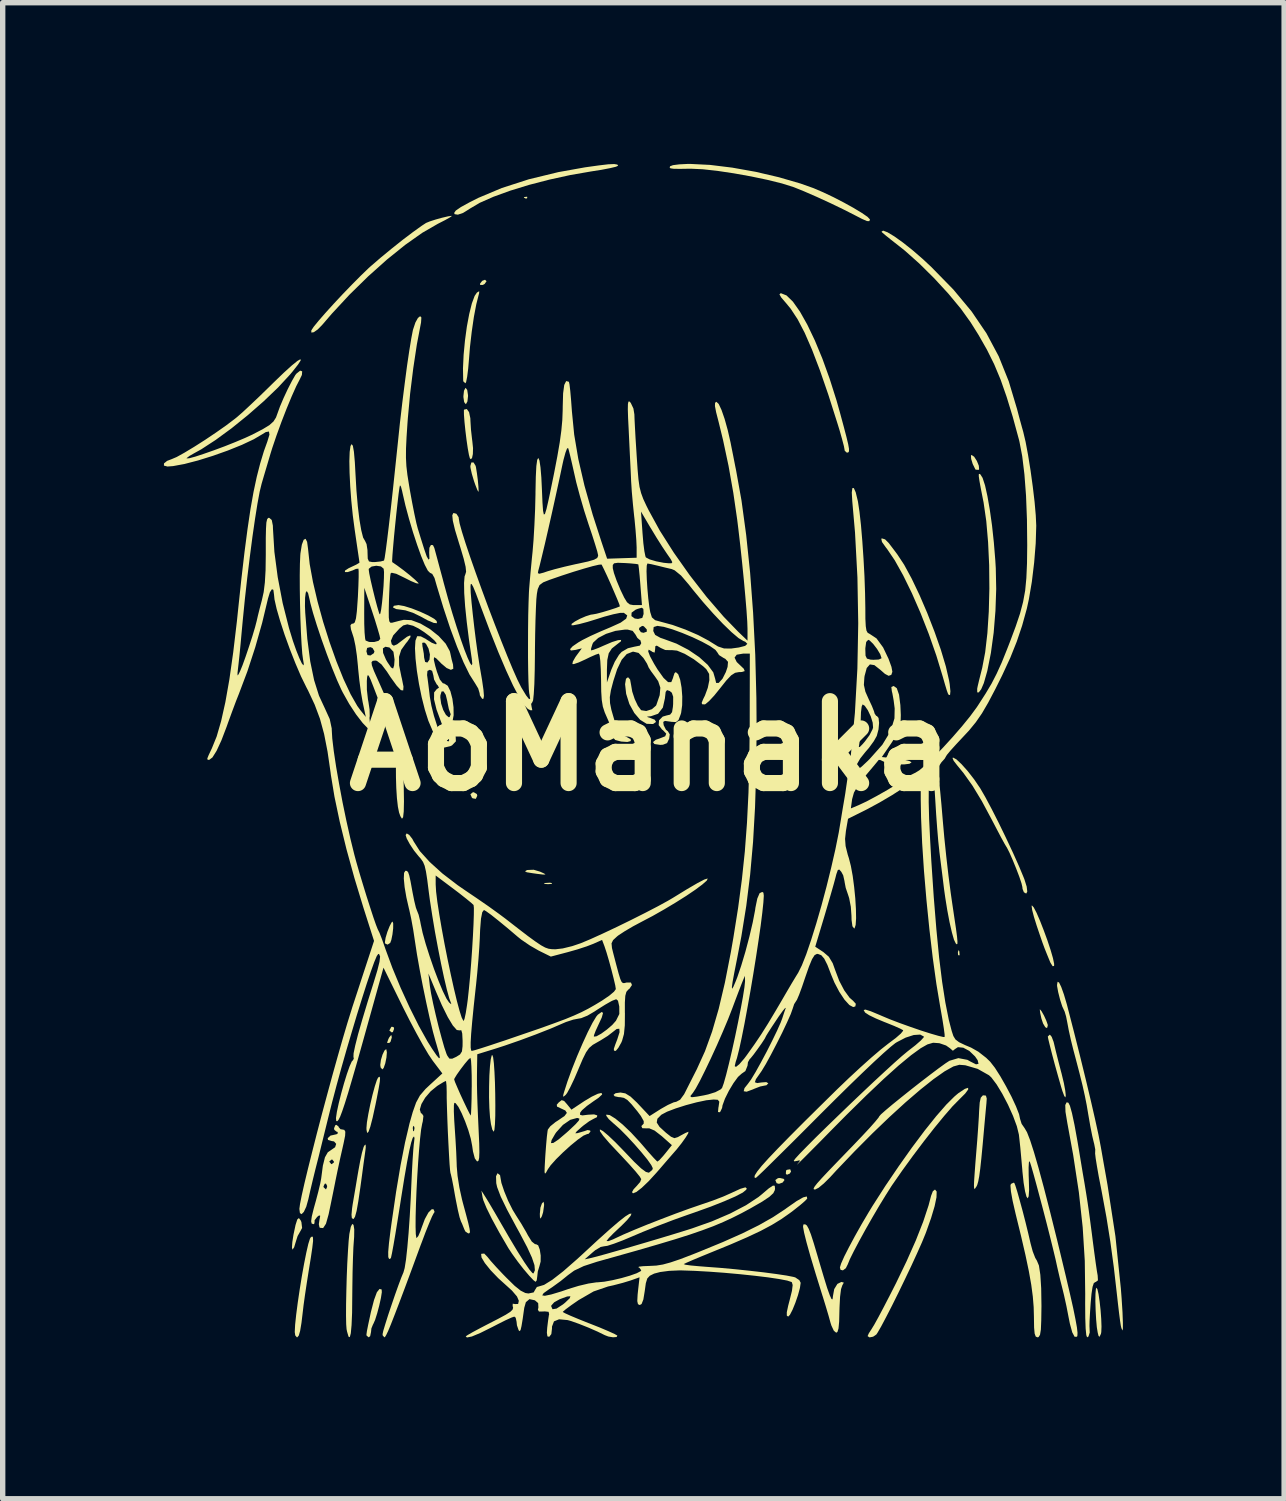
<source format=kicad_pcb>
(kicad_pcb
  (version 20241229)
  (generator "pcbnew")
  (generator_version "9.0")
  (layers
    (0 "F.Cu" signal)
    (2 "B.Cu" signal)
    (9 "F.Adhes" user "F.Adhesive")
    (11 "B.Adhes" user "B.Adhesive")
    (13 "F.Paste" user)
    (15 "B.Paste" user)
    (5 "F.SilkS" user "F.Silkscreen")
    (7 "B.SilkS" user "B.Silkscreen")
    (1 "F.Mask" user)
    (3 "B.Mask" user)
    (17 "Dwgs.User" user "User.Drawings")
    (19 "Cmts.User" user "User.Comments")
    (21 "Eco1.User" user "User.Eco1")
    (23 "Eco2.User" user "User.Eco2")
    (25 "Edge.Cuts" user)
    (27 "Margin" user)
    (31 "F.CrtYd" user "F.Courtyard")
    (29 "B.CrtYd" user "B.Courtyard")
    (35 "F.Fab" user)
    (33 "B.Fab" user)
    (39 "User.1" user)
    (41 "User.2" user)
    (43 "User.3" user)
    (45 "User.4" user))
  (footprint "AoManaka"
    (layer "F.Cu")
    (at 9.053 10.83)
    (property "Reference" "AoManaka" (at 0 0 0) (layer "F.SilkS") (effects (font (size 1.524 1.524) (thickness 0.3))))
    (attr board_only exclude_from_pos_files exclude_from_bom)
    (fp_poly (pts (xy -2.292 -10.214) (xy -2.298 -10.189) (xy -2.321 -10.186) (xy -2.356 -10.202) (xy -2.349 -10.214) (xy -2.298 -10.22)) (stroke (width 0) (type solid)) (fill yes) (layer "F.SilkS"))
    (fp_poly (pts (xy -0.075 -0.071) (xy -0.07 -0.056) (xy -0.129 -0.05) (xy -0.19 -0.057) (xy -0.183 -0.071) (xy -0.095 -0.077)) (stroke (width 0) (type solid)) (fill yes) (layer "F.SilkS"))
    (fp_poly (pts (xy 5.745 3.817) (xy 5.751 3.884) (xy 5.742 3.899) (xy 5.723 3.887) (xy 5.719 3.843) (xy 5.73 3.797)) (stroke (width 0) (type solid)) (fill yes) (layer "F.SilkS"))
    (fp_poly (pts (xy 2.615 7.917) (xy 2.591 7.955) (xy 2.538 7.977) (xy 2.518 7.958) (xy 2.522 7.899) (xy 2.538 7.885) (xy 2.599 7.875)) (stroke (width 0) (type solid)) (fill yes) (layer "F.SilkS"))
    (fp_poly (pts (xy -4.777 5.232) (xy -4.771 5.262) (xy -4.793 5.321) (xy -4.814 5.329) (xy -4.855 5.298) (xy -4.857 5.289) (xy -4.825 5.231) (xy -4.814 5.222)) (stroke (width 0) (type solid)) (fill yes) (layer "F.SilkS"))
    (fp_poly (pts (xy -3.231 0.894) (xy -3.223 0.924) (xy -3.25 0.983) (xy -3.309 0.973) (xy -3.324 0.96) (xy -3.351 0.897) (xy -3.306 0.861) (xy -3.288 0.86)) (stroke (width 0) (type solid)) (fill yes) (layer "F.SilkS"))
    (fp_poly (pts (xy -3.052 -8.65) (xy -3.051 -8.647) (xy -3.086 -8.597) (xy -3.119 -8.579) (xy -3.17 -8.578) (xy -3.171 -8.604) (xy -3.131 -8.655) (xy -3.079 -8.675)) (stroke (width 0) (type solid)) (fill yes) (layer "F.SilkS"))
    (fp_poly (pts (xy -1.836 2.55) (xy -1.835 2.565) (xy -1.902 2.57) (xy -1.913 2.57) (xy -1.979 2.564) (xy -1.973 2.551) (xy -1.965 2.549) (xy -1.872 2.543)) (stroke (width 0) (type solid)) (fill yes) (layer "F.SilkS"))
    (fp_poly (pts (xy 2.477 8.053) (xy 2.493 8.075) (xy 2.458 8.122) (xy 2.39 8.146) (xy 2.347 8.134) (xy 2.322 8.075) (xy 2.372 8.04) (xy 2.407 8.037)) (stroke (width 0) (type solid)) (fill yes) (layer "F.SilkS"))
    (fp_poly (pts (xy -4.814 5.414) (xy -4.814 5.423) (xy -4.836 5.501) (xy -4.857 5.523) (xy -4.896 5.526) (xy -4.899 5.514) (xy -4.877 5.452) (xy -4.857 5.415) (xy -4.823 5.375)) (stroke (width 0) (type solid)) (fill yes) (layer "F.SilkS"))
    (fp_poly (pts (xy -1.98 8.523) (xy -1.981 8.553) (xy -1.998 8.674) (xy -2.02 8.746) (xy -2.046 8.794) (xy -2.057 8.769) (xy -2.059 8.703) (xy -2.048 8.588) (xy -2.02 8.51) (xy -1.99 8.479)) (stroke (width 0) (type solid)) (fill yes) (layer "F.SilkS"))
    (fp_poly (pts (xy -2.056 2.337) (xy -1.977 2.373) (xy -1.954 2.391) (xy -1.998 2.392) (xy -2.114 2.378) (xy -2.192 2.367) (xy -2.302 2.349) (xy -2.335 2.331) (xy -2.301 2.31) (xy -2.292 2.307) (xy -2.174 2.302)) (stroke (width 0) (type solid)) (fill yes) (layer "F.SilkS"))
    (fp_poly (pts (xy 6.022 -5.382) (xy 6.072 -5.304) (xy 6.108 -5.216) (xy 6.114 -5.15) (xy 6.106 -5.138) (xy 6.051 -5.141) (xy 6.043 -5.15) (xy 5.995 -5.247) (xy 5.966 -5.342) (xy 5.962 -5.405) (xy 5.974 -5.415)) (stroke (width 0) (type solid)) (fill yes) (layer "F.SilkS"))
    (fp_poly (pts (xy -4.916 5.643) (xy -4.905 5.698) (xy -4.913 5.797) (xy -4.935 5.905) (xy -4.964 5.989) (xy -4.989 6.017) (xy -5.021 5.981) (xy -5.028 5.934) (xy -5.016 5.841) (xy -4.986 5.742) (xy -4.95 5.666) (xy -4.919 5.64)) (stroke (width 0) (type solid)) (fill yes) (layer "F.SilkS"))
    (fp_poly (pts (xy -3.41 -6.624) (xy -3.396 -6.531) (xy -3.395 -6.511) (xy -3.406 -6.412) (xy -3.433 -6.362) (xy -3.438 -6.361) (xy -3.467 -6.399) (xy -3.481 -6.491) (xy -3.481 -6.511) (xy -3.47 -6.611) (xy -3.444 -6.66) (xy -3.438 -6.662)) (stroke (width 0) (type solid)) (fill yes) (layer "F.SilkS"))
    (fp_poly (pts (xy 7.275 4.934) (xy 7.321 5.015) (xy 7.364 5.11) (xy 7.39 5.184) (xy 7.392 5.198) (xy 7.378 5.248) (xy 7.345 5.232) (xy 7.304 5.163) (xy 7.273 5.071) (xy 7.25 4.965) (xy 7.243 4.905) (xy 7.245 4.899)) (stroke (width 0) (type solid)) (fill yes) (layer "F.SilkS"))
    (fp_poly (pts (xy -4.787 3.303) (xy -4.788 3.393) (xy -4.801 3.505) (xy -4.822 3.608) (xy -4.843 3.664) (xy -4.892 3.695) (xy -4.937 3.675) (xy -4.942 3.652) (xy -4.929 3.568) (xy -4.896 3.458) (xy -4.854 3.352) (xy -4.816 3.28) (xy -4.799 3.266)) (stroke (width 0) (type solid)) (fill yes) (layer "F.SilkS"))
    (fp_poly (pts (xy -6.51 8.824) (xy -6.495 8.858) (xy -6.482 8.967) (xy -6.515 9.028) (xy -6.566 9.118) (xy -6.602 9.232) (xy -6.63 9.326) (xy -6.66 9.369) (xy -6.662 9.369) (xy -6.671 9.331) (xy -6.664 9.23) (xy -6.642 9.089) (xy -6.604 8.91) (xy -6.572 8.809) (xy -6.542 8.783)) (stroke (width 0) (type solid)) (fill yes) (layer "F.SilkS"))
    (fp_poly (pts (xy -3.254 -5.213) (xy -3.248 -5.19) (xy -3.23 -5.078) (xy -3.213 -4.949) (xy -3.202 -4.829) (xy -3.198 -4.748) (xy -3.202 -4.728) (xy -3.222 -4.764) (xy -3.259 -4.858) (xy -3.284 -4.929) (xy -3.324 -5.063) (xy -3.349 -5.174) (xy -3.352 -5.208) (xy -3.333 -5.276) (xy -3.292 -5.276)) (stroke (width 0) (type solid)) (fill yes) (layer "F.SilkS"))
    (fp_poly (pts (xy 8.315 10.106) (xy 8.336 10.199) (xy 8.356 10.336) (xy 8.374 10.496) (xy 8.386 10.658) (xy 8.391 10.801) (xy 8.387 10.904) (xy 8.381 10.936) (xy 8.354 10.993) (xy 8.336 10.975) (xy 8.321 10.916) (xy 8.304 10.813) (xy 8.291 10.665) (xy 8.282 10.498) (xy 8.277 10.333) (xy 8.279 10.193) (xy 8.287 10.101) (xy 8.295 10.078)) (stroke (width 0) (type solid)) (fill yes) (layer "F.SilkS"))
    (fp_poly (pts (xy -5.032 6.173) (xy -5.036 6.242) (xy -5.057 6.369) (xy -5.095 6.566) (xy -5.117 6.674) (xy -5.169 6.913) (xy -5.213 7.083) (xy -5.248 7.18) (xy -5.272 7.2) (xy -5.284 7.14) (xy -5.285 7.106) (xy -5.276 7) (xy -5.25 6.847) (xy -5.214 6.669) (xy -5.172 6.489) (xy -5.129 6.331) (xy -5.091 6.215) (xy -5.068 6.169) (xy -5.043 6.152)) (stroke (width 0) (type solid)) (fill yes) (layer "F.SilkS"))
    (fp_poly (pts (xy -4.584 -2.604) (xy -4.442 -2.56) (xy -4.284 -2.498) (xy -4.137 -2.43) (xy -4.025 -2.367) (xy -3.979 -2.326) (xy -3.973 -2.285) (xy -4.032 -2.29) (xy -4.146 -2.338) (xy -4.276 -2.409) (xy -4.421 -2.479) (xy -4.56 -2.524) (xy -4.628 -2.534) (xy -4.732 -2.548) (xy -4.791 -2.578) (xy -4.792 -2.579) (xy -4.775 -2.609) (xy -4.691 -2.622) (xy -4.686 -2.622)) (stroke (width 0) (type solid)) (fill yes) (layer "F.SilkS"))
    (fp_poly (pts (xy -3.376 -6.212) (xy -3.352 -6.098) (xy -3.35 -6.047) (xy -3.34 -5.884) (xy -3.32 -5.707) (xy -3.315 -5.669) (xy -3.302 -5.543) (xy -3.305 -5.432) (xy -3.321 -5.356) (xy -3.346 -5.337) (xy -3.361 -5.354) (xy -3.378 -5.416) (xy -3.4 -5.538) (xy -3.423 -5.696) (xy -3.444 -5.867) (xy -3.461 -6.031) (xy -3.471 -6.165) (xy -3.472 -6.246) (xy -3.468 -6.259) (xy -3.418 -6.27)) (stroke (width 0) (type solid)) (fill yes) (layer "F.SilkS"))
    (fp_poly (pts (xy -5.002 10.112) (xy -4.999 10.163) (xy -5.016 10.272) (xy -5.047 10.41) (xy -5.085 10.554) (xy -5.124 10.678) (xy -5.158 10.755) (xy -5.164 10.764) (xy -5.193 10.836) (xy -5.2 10.904) (xy -5.216 10.98) (xy -5.243 11.002) (xy -5.283 10.969) (xy -5.285 10.949) (xy -5.276 10.884) (xy -5.251 10.759) (xy -5.216 10.597) (xy -5.203 10.535) (xy -5.144 10.307) (xy -5.091 10.163) (xy -5.041 10.101)) (stroke (width 0) (type solid)) (fill yes) (layer "F.SilkS"))
    (fp_poly (pts (xy -4.665 0.056) (xy -4.64 0.091) (xy -4.621 0.171) (xy -4.608 0.306) (xy -4.598 0.508) (xy -4.591 0.759) (xy -4.587 1.03) (xy -4.591 1.218) (xy -4.603 1.325) (xy -4.624 1.353) (xy -4.654 1.305) (xy -4.678 1.238) (xy -4.7 1.129) (xy -4.718 0.97) (xy -4.73 0.781) (xy -4.736 0.581) (xy -4.737 0.39) (xy -4.732 0.226) (xy -4.72 0.108) (xy -4.701 0.056) (xy -4.699 0.055)) (stroke (width 0) (type solid)) (fill yes) (layer "F.SilkS"))
    (fp_poly (pts (xy -2.928 5.792) (xy -2.914 5.904) (xy -2.903 6.066) (xy -2.894 6.262) (xy -2.889 6.474) (xy -2.887 6.685) (xy -2.888 6.878) (xy -2.894 7.036) (xy -2.904 7.141) (xy -2.918 7.177) (xy -2.943 7.138) (xy -2.968 7.036) (xy -2.986 6.909) (xy -2.998 6.737) (xy -3.004 6.539) (xy -3.003 6.332) (xy -2.998 6.133) (xy -2.987 5.959) (xy -2.972 5.827) (xy -2.954 5.756) (xy -2.944 5.748)) (stroke (width 0) (type solid)) (fill yes) (layer "F.SilkS"))
    (fp_poly (pts (xy 7.131 3.004) (xy 7.184 3.106) (xy 7.248 3.254) (xy 7.317 3.431) (xy 7.385 3.617) (xy 7.444 3.795) (xy 7.488 3.947) (xy 7.51 4.054) (xy 7.509 4.092) (xy 7.482 4.097) (xy 7.442 4.033) (xy 7.435 4.018) (xy 7.378 3.879) (xy 7.333 3.767) (xy 7.291 3.653) (xy 7.242 3.511) (xy 7.185 3.342) (xy 7.134 3.178) (xy 7.101 3.051) (xy 7.091 2.977) (xy 7.096 2.965)) (stroke (width 0) (type solid)) (fill yes) (layer "F.SilkS"))
    (fp_poly (pts (xy -3.189 -8.422) (xy -3.196 -8.398) (xy -3.241 -8.221) (xy -3.286 -7.984) (xy -3.326 -7.709) (xy -3.359 -7.423) (xy -3.376 -7.21) (xy -3.392 -7.022) (xy -3.411 -6.871) (xy -3.43 -6.774) (xy -3.444 -6.748) (xy -3.481 -6.782) (xy -3.485 -6.801) (xy -3.489 -7.027) (xy -3.477 -7.28) (xy -3.452 -7.544) (xy -3.417 -7.802) (xy -3.373 -8.037) (xy -3.324 -8.234) (xy -3.272 -8.374) (xy -3.23 -8.436) (xy -3.187 -8.462)) (stroke (width 0) (type solid)) (fill yes) (layer "F.SilkS"))
    (fp_poly (pts (xy 7.464 5.41) (xy 7.5 5.505) (xy 7.512 5.555) (xy 7.543 5.685) (xy 7.588 5.863) (xy 7.638 6.056) (xy 7.648 6.093) (xy 7.69 6.268) (xy 7.716 6.406) (xy 7.726 6.499) (xy 7.72 6.538) (xy 7.699 6.514) (xy 7.663 6.418) (xy 7.639 6.339) (xy 7.581 6.136) (xy 7.523 5.928) (xy 7.471 5.733) (xy 7.429 5.568) (xy 7.401 5.453) (xy 7.392 5.405) (xy 7.425 5.373) (xy 7.432 5.372)) (stroke (width 0) (type solid)) (fill yes) (layer "F.SilkS"))
    (fp_poly (pts (xy -5.298 7.47) (xy -5.304 7.521) (xy -5.318 7.622) (xy -5.341 7.786) (xy -5.368 7.989) (xy -5.398 8.209) (xy -5.436 8.469) (xy -5.468 8.65) (xy -5.498 8.759) (xy -5.526 8.802) (xy -5.555 8.785) (xy -5.557 8.782) (xy -5.563 8.722) (xy -5.553 8.608) (xy -5.542 8.531) (xy -5.518 8.39) (xy -5.485 8.197) (xy -5.45 7.987) (xy -5.436 7.907) (xy -5.402 7.723) (xy -5.368 7.567) (xy -5.338 7.462) (xy -5.325 7.434) (xy -5.3 7.414)) (stroke (width 0) (type solid)) (fill yes) (layer "F.SilkS"))
    (fp_poly (pts (xy -6.28 9.143) (xy -6.278 9.209) (xy -6.292 9.332) (xy -6.32 9.522) (xy -6.358 9.756) (xy -6.394 9.984) (xy -6.428 10.21) (xy -6.455 10.404) (xy -6.467 10.508) (xy -6.494 10.733) (xy -6.519 10.883) (xy -6.544 10.969) (xy -6.572 11.001) (xy -6.579 11.002) (xy -6.61 10.966) (xy -6.619 10.903) (xy -6.612 10.767) (xy -6.592 10.578) (xy -6.563 10.355) (xy -6.527 10.112) (xy -6.487 9.865) (xy -6.445 9.631) (xy -6.404 9.426) (xy -6.367 9.265) (xy -6.336 9.166) (xy -6.323 9.143) (xy -6.295 9.124)) (stroke (width 0) (type solid)) (fill yes) (layer "F.SilkS"))
    (fp_poly (pts (xy -5.525 8.91) (xy -5.512 8.992) (xy -5.514 9.133) (xy -5.518 9.187) (xy -5.528 9.328) (xy -5.536 9.534) (xy -5.543 9.783) (xy -5.547 10.053) (xy -5.549 10.24) (xy -5.552 10.545) (xy -5.562 10.774) (xy -5.576 10.926) (xy -5.595 10.999) (xy -5.618 10.99) (xy -5.645 10.898) (xy -5.655 10.85) (xy -5.662 10.757) (xy -5.665 10.596) (xy -5.664 10.384) (xy -5.659 10.141) (xy -5.652 9.884) (xy -5.642 9.63) (xy -5.629 9.398) (xy -5.616 9.205) (xy -5.603 9.079) (xy -5.576 8.946) (xy -5.549 8.892)) (stroke (width 0) (type solid)) (fill yes) (layer "F.SilkS"))
    (fp_poly (pts (xy 6.241 6.505) (xy 6.256 6.56) (xy 6.25 6.648) (xy 6.237 6.785) (xy 6.221 6.96) (xy 6.211 7.07) (xy 6.181 7.407) (xy 6.156 7.668) (xy 6.135 7.864) (xy 6.116 8.005) (xy 6.098 8.101) (xy 6.08 8.163) (xy 6.068 8.19) (xy 6.031 8.245) (xy 6.02 8.222) (xy 6.018 8.173) (xy 6.021 8.092) (xy 6.031 7.946) (xy 6.045 7.757) (xy 6.06 7.572) (xy 6.079 7.338) (xy 6.096 7.104) (xy 6.109 6.901) (xy 6.114 6.791) (xy 6.125 6.633) (xy 6.145 6.543) (xy 6.18 6.503) (xy 6.196 6.499)) (stroke (width 0) (type solid)) (fill yes) (layer "F.SilkS"))
    (fp_poly (pts (xy -0.617 -10.818) (xy -0.602 -10.797) (xy -0.642 -10.778) (xy -0.75 -10.752) (xy -0.911 -10.721) (xy -1.107 -10.69) (xy -1.493 -10.623) (xy -1.882 -10.538) (xy -2.26 -10.44) (xy -2.611 -10.332) (xy -2.922 -10.219) (xy -3.178 -10.106) (xy -3.364 -9.996) (xy -3.378 -9.986) (xy -3.488 -9.918) (xy -3.584 -9.886) (xy -3.644 -9.895) (xy -3.653 -9.918) (xy -3.623 -9.962) (xy -3.527 -10.028) (xy -3.361 -10.119) (xy -3.202 -10.199) (xy -2.767 -10.382) (xy -2.265 -10.544) (xy -1.713 -10.678) (xy -1.216 -10.767) (xy -0.965 -10.802) (xy -0.788 -10.823) (xy -0.676 -10.828)) (stroke (width 0) (type solid)) (fill yes) (layer "F.SilkS"))
    (fp_poly (pts (xy 4.364 -3.845) (xy 4.432 -3.777) (xy 4.519 -3.663) (xy 4.591 -3.567) (xy 4.719 -3.373) (xy 4.86 -3.113) (xy 5.006 -2.807) (xy 5.15 -2.472) (xy 5.284 -2.127) (xy 5.402 -1.791) (xy 5.495 -1.481) (xy 5.556 -1.216) (xy 5.567 -1.15) (xy 5.58 -1.018) (xy 5.573 -0.949) (xy 5.548 -0.952) (xy 5.533 -0.978) (xy 5.513 -1.033) (xy 5.479 -1.146) (xy 5.438 -1.289) (xy 5.318 -1.683) (xy 5.178 -2.083) (xy 5.024 -2.475) (xy 4.863 -2.844) (xy 4.701 -3.175) (xy 4.545 -3.454) (xy 4.401 -3.667) (xy 4.38 -3.693) (xy 4.307 -3.796) (xy 4.294 -3.855) (xy 4.305 -3.863)) (stroke (width 0) (type solid)) (fill yes) (layer "F.SilkS"))
    (fp_poly (pts (xy 2.531 -8.383) (xy 2.65 -8.267) (xy 2.78 -8.083) (xy 2.917 -7.84) (xy 3.058 -7.545) (xy 3.198 -7.207) (xy 3.333 -6.833) (xy 3.46 -6.433) (xy 3.523 -6.21) (xy 3.595 -5.944) (xy 3.646 -5.749) (xy 3.678 -5.615) (xy 3.693 -5.53) (xy 3.693 -5.483) (xy 3.68 -5.463) (xy 3.656 -5.458) (xy 3.653 -5.458) (xy 3.614 -5.493) (xy 3.61 -5.517) (xy 3.598 -5.581) (xy 3.565 -5.706) (xy 3.518 -5.873) (xy 3.479 -6) (xy 3.309 -6.535) (xy 3.152 -6.99) (xy 3.006 -7.372) (xy 2.869 -7.687) (xy 2.737 -7.94) (xy 2.608 -8.136) (xy 2.525 -8.237) (xy 2.433 -8.344) (xy 2.399 -8.403) (xy 2.42 -8.423) (xy 2.428 -8.424)) (stroke (width 0) (type solid)) (fill yes) (layer "F.SilkS"))
    (fp_poly (pts (xy 5.324 8.289) (xy 5.321 8.396) (xy 5.286 8.563) (xy 5.221 8.781) (xy 5.129 9.041) (xy 5.114 9.08) (xy 5.05 9.236) (xy 4.96 9.438) (xy 4.853 9.671) (xy 4.734 9.921) (xy 4.612 10.173) (xy 4.493 10.413) (xy 4.384 10.625) (xy 4.293 10.797) (xy 4.226 10.913) (xy 4.202 10.949) (xy 4.142 10.99) (xy 4.075 11.003) (xy 4.04 10.98) (xy 4.04 10.977) (xy 4.062 10.927) (xy 4.117 10.842) (xy 4.12 10.837) (xy 4.165 10.763) (xy 4.24 10.627) (xy 4.338 10.442) (xy 4.451 10.224) (xy 4.569 9.992) (xy 4.765 9.585) (xy 4.936 9.2) (xy 5.074 8.849) (xy 5.174 8.546) (xy 5.22 8.37) (xy 5.253 8.284) (xy 5.293 8.252)) (stroke (width 0) (type solid)) (fill yes) (layer "F.SilkS"))
    (fp_poly (pts (xy -3.696 -9.861) (xy -3.732 -9.835) (xy -3.825 -9.783) (xy -3.956 -9.716) (xy -3.965 -9.711) (xy -4.247 -9.548) (xy -4.564 -9.324) (xy -4.903 -9.051) (xy -5.253 -8.738) (xy -5.6 -8.398) (xy -5.932 -8.04) (xy -6.111 -7.832) (xy -6.193 -7.749) (xy -6.265 -7.699) (xy -6.31 -7.692) (xy -6.311 -7.732) (xy -6.269 -7.797) (xy -6.178 -7.909) (xy -6.049 -8.057) (xy -5.894 -8.228) (xy -5.725 -8.409) (xy -5.553 -8.587) (xy -5.39 -8.751) (xy -5.248 -8.888) (xy -5.205 -8.927) (xy -5.024 -9.083) (xy -4.82 -9.251) (xy -4.613 -9.416) (xy -4.42 -9.562) (xy -4.26 -9.677) (xy -4.176 -9.732) (xy -4.108 -9.76) (xy -4 -9.795) (xy -3.878 -9.829) (xy -3.771 -9.854) (xy -3.705 -9.864)) (stroke (width 0) (type solid)) (fill yes) (layer "F.SilkS"))
    (fp_poly (pts (xy 6.135 -5.057) (xy 6.178 -4.99) (xy 6.224 -4.85) (xy 6.269 -4.647) (xy 6.313 -4.395) (xy 6.354 -4.105) (xy 6.388 -3.789) (xy 6.415 -3.458) (xy 6.424 -3.309) (xy 6.432 -2.922) (xy 6.418 -2.515) (xy 6.385 -2.11) (xy 6.333 -1.73) (xy 6.266 -1.396) (xy 6.202 -1.171) (xy 6.153 -1.057) (xy 6.108 -0.998) (xy 6.079 -0.998) (xy 6.078 -1.065) (xy 6.086 -1.107) (xy 6.112 -1.217) (xy 6.15 -1.368) (xy 6.172 -1.456) (xy 6.227 -1.745) (xy 6.268 -2.1) (xy 6.294 -2.501) (xy 6.305 -2.93) (xy 6.301 -3.366) (xy 6.281 -3.792) (xy 6.247 -4.187) (xy 6.197 -4.533) (xy 6.188 -4.577) (xy 6.146 -4.791) (xy 6.12 -4.933) (xy 6.108 -5.017) (xy 6.108 -5.057) (xy 6.12 -5.064)) (stroke (width 0) (type solid)) (fill yes) (layer "F.SilkS"))
    (fp_poly (pts (xy 5.691 0.248) (xy 5.787 0.338) (xy 5.902 0.467) (xy 6.022 0.621) (xy 6.132 0.783) (xy 6.135 0.787) (xy 6.229 0.95) (xy 6.347 1.171) (xy 6.479 1.431) (xy 6.614 1.709) (xy 6.744 1.986) (xy 6.858 2.241) (xy 6.946 2.453) (xy 6.957 2.481) (xy 6.999 2.616) (xy 7.01 2.709) (xy 6.99 2.746) (xy 6.947 2.721) (xy 6.922 2.658) (xy 6.919 2.624) (xy 6.903 2.556) (xy 6.862 2.433) (xy 6.804 2.281) (xy 6.74 2.124) (xy 6.679 1.985) (xy 6.631 1.89) (xy 6.618 1.87) (xy 6.586 1.816) (xy 6.524 1.703) (xy 6.442 1.547) (xy 6.351 1.373) (xy 6.164 1.024) (xy 5.992 0.74) (xy 5.825 0.505) (xy 5.707 0.361) (xy 5.641 0.276) (xy 5.619 0.223) (xy 5.629 0.215)) (stroke (width 0) (type solid)) (fill yes) (layer "F.SilkS"))
    (fp_poly (pts (xy 6.769 8.13) (xy 6.789 8.18) (xy 6.825 8.295) (xy 6.871 8.459) (xy 6.924 8.653) (xy 6.977 8.859) (xy 7.026 9.059) (xy 7.067 9.236) (xy 7.071 9.253) (xy 7.111 9.402) (xy 7.158 9.523) (xy 7.189 9.575) (xy 7.227 9.666) (xy 7.253 9.838) (xy 7.269 10.09) (xy 7.274 10.419) (xy 7.27 10.691) (xy 7.263 10.858) (xy 7.247 10.956) (xy 7.22 10.997) (xy 7.199 11.002) (xy 7.167 10.987) (xy 7.147 10.931) (xy 7.137 10.82) (xy 7.134 10.638) (xy 7.134 10.626) (xy 7.129 10.439) (xy 7.113 10.242) (xy 7.084 10.023) (xy 7.039 9.77) (xy 6.976 9.47) (xy 6.893 9.112) (xy 6.793 8.704) (xy 6.738 8.465) (xy 6.706 8.288) (xy 6.697 8.178) (xy 6.706 8.148) (xy 6.756 8.124)) (stroke (width 0) (type solid)) (fill yes) (layer "F.SilkS"))
    (fp_poly (pts (xy 1.107 -10.812) (xy 1.521 -10.761) (xy 1.958 -10.683) (xy 2.39 -10.582) (xy 2.792 -10.465) (xy 3.034 -10.379) (xy 3.211 -10.303) (xy 3.405 -10.211) (xy 3.6 -10.11) (xy 3.78 -10.01) (xy 3.931 -9.919) (xy 4.037 -9.846) (xy 4.082 -9.799) (xy 4.083 -9.795) (xy 4.071 -9.765) (xy 4.027 -9.767) (xy 3.935 -9.807) (xy 3.825 -9.864) (xy 3.605 -9.976) (xy 3.353 -10.098) (xy 3.096 -10.216) (xy 2.86 -10.319) (xy 2.672 -10.395) (xy 2.658 -10.4) (xy 2.445 -10.467) (xy 2.174 -10.534) (xy 1.869 -10.598) (xy 1.551 -10.655) (xy 1.244 -10.701) (xy 0.971 -10.731) (xy 0.754 -10.741) (xy 0.731 -10.741) (xy 0.544 -10.738) (xy 0.43 -10.74) (xy 0.372 -10.748) (xy 0.356 -10.765) (xy 0.365 -10.787) (xy 0.418 -10.807) (xy 0.534 -10.822) (xy 0.692 -10.83) (xy 0.744 -10.83)) (stroke (width 0) (type solid)) (fill yes) (layer "F.SilkS"))
    (fp_poly (pts (xy 2.909 8.921) (xy 2.942 8.98) (xy 2.984 9.085) (xy 3.037 9.249) (xy 3.106 9.481) (xy 3.136 9.584) (xy 3.222 9.873) (xy 3.287 10.084) (xy 3.336 10.221) (xy 3.368 10.29) (xy 3.387 10.295) (xy 3.394 10.242) (xy 3.394 10.237) (xy 3.418 10.105) (xy 3.477 10.008) (xy 3.552 9.971) (xy 3.597 9.984) (xy 3.57 10.032) (xy 3.545 10.105) (xy 3.527 10.247) (xy 3.517 10.441) (xy 3.515 10.504) (xy 3.51 10.708) (xy 3.498 10.837) (xy 3.478 10.902) (xy 3.455 10.916) (xy 3.411 10.879) (xy 3.366 10.784) (xy 3.35 10.734) (xy 3.313 10.6) (xy 3.26 10.422) (xy 3.203 10.237) (xy 3.2 10.229) (xy 3.073 9.82) (xy 2.974 9.49) (xy 2.903 9.236) (xy 2.858 9.055) (xy 2.838 8.945) (xy 2.844 8.903) (xy 2.845 8.902) (xy 2.878 8.899)) (stroke (width 0) (type solid)) (fill yes) (layer "F.SilkS"))
    (fp_poly (pts (xy 5.911 6.39) (xy 5.855 6.466) (xy 5.739 6.582) (xy 5.737 6.584) (xy 5.618 6.705) (xy 5.463 6.884) (xy 5.281 7.106) (xy 5.083 7.359) (xy 4.881 7.627) (xy 4.685 7.897) (xy 4.505 8.156) (xy 4.484 8.187) (xy 4.378 8.354) (xy 4.255 8.555) (xy 4.126 8.775) (xy 3.998 9) (xy 3.881 9.213) (xy 3.782 9.401) (xy 3.71 9.546) (xy 3.674 9.634) (xy 3.673 9.638) (xy 3.634 9.716) (xy 3.58 9.756) (xy 3.536 9.746) (xy 3.524 9.702) (xy 3.546 9.63) (xy 3.604 9.499) (xy 3.693 9.324) (xy 3.804 9.117) (xy 3.929 8.895) (xy 4.062 8.67) (xy 4.131 8.557) (xy 4.374 8.178) (xy 4.622 7.813) (xy 4.865 7.47) (xy 5.099 7.158) (xy 5.314 6.889) (xy 5.505 6.67) (xy 5.664 6.512) (xy 5.731 6.457) (xy 5.849 6.379) (xy 5.909 6.359)) (stroke (width 0) (type solid)) (fill yes) (layer "F.SilkS"))
    (fp_poly (pts (xy 7.775 6.637) (xy 7.804 6.694) (xy 7.842 6.831) (xy 7.889 7.051) (xy 7.944 7.355) (xy 7.972 7.521) (xy 8.007 7.733) (xy 8.042 7.944) (xy 8.072 8.118) (xy 8.08 8.166) (xy 8.108 8.338) (xy 8.132 8.491) (xy 8.155 8.648) (xy 8.18 8.833) (xy 8.211 9.068) (xy 8.23 9.219) (xy 8.258 9.432) (xy 8.284 9.623) (xy 8.306 9.772) (xy 8.32 9.853) (xy 8.325 9.942) (xy 8.286 9.971) (xy 8.282 9.971) (xy 8.249 9.991) (xy 8.225 10.061) (xy 8.205 10.192) (xy 8.189 10.369) (xy 8.177 10.548) (xy 8.169 10.696) (xy 8.167 10.79) (xy 8.168 10.81) (xy 8.172 10.912) (xy 8.149 10.986) (xy 8.123 11.002) (xy 8.108 10.96) (xy 8.096 10.838) (xy 8.089 10.64) (xy 8.087 10.373) (xy 8.088 10.197) (xy 8.08 9.578) (xy 8.041 8.953) (xy 7.97 8.303) (xy 7.864 7.608) (xy 7.755 7.012) (xy 7.721 6.806) (xy 7.717 6.68) (xy 7.742 6.629)) (stroke (width 0) (type solid)) (fill yes) (layer "F.SilkS"))
    (fp_poly (pts (xy -2.799 7.986) (xy -2.794 8.016) (xy -2.774 8.129) (xy -2.721 8.287) (xy -2.648 8.464) (xy -2.565 8.63) (xy -2.503 8.732) (xy -2.405 8.886) (xy -2.309 9.051) (xy -2.281 9.104) (xy -2.209 9.22) (xy -2.148 9.269) (xy -2.13 9.269) (xy -2.09 9.29) (xy -2.06 9.37) (xy -2.043 9.48) (xy -2.044 9.592) (xy -2.066 9.676) (xy -2.097 9.777) (xy -2.106 9.861) (xy -2.117 9.942) (xy -2.138 9.969) (xy -2.18 9.937) (xy -2.257 9.855) (xy -2.355 9.74) (xy -2.358 9.737) (xy -2.473 9.589) (xy -2.58 9.44) (xy -2.645 9.341) (xy -2.815 9.049) (xy -2.952 8.797) (xy -3.052 8.594) (xy -3.111 8.45) (xy -3.123 8.405) (xy -3.146 8.273) (xy -3.064 8.402) (xy -3.004 8.5) (xy -2.918 8.646) (xy -2.822 8.811) (xy -2.798 8.853) (xy -2.623 9.155) (xy -2.472 9.407) (xy -2.348 9.603) (xy -2.255 9.738) (xy -2.196 9.807) (xy -2.177 9.813) (xy -2.151 9.754) (xy -2.159 9.659) (xy -2.206 9.519) (xy -2.294 9.327) (xy -2.426 9.076) (xy -2.499 8.943) (xy -2.668 8.628) (xy -2.787 8.383) (xy -2.854 8.206) (xy -2.87 8.134) (xy -2.874 8.005) (xy -2.849 7.952) (xy -2.842 7.951)) (stroke (width 0) (type solid)) (fill yes) (layer "F.SilkS"))
    (fp_poly (pts (xy 7.602 4.401) (xy 7.642 4.483) (xy 7.692 4.623) (xy 7.748 4.813) (xy 7.755 4.84) (xy 7.878 5.317) (xy 7.994 5.778) (xy 8.1 6.211) (xy 8.194 6.605) (xy 8.273 6.95) (xy 8.335 7.234) (xy 8.376 7.447) (xy 8.378 7.457) (xy 8.401 7.588) (xy 8.434 7.777) (xy 8.473 7.995) (xy 8.503 8.166) (xy 8.65 9.121) (xy 8.751 10.091) (xy 8.765 10.271) (xy 8.782 10.538) (xy 8.789 10.73) (xy 8.789 10.843) (xy 8.779 10.875) (xy 8.76 10.825) (xy 8.75 10.782) (xy 8.737 10.697) (xy 8.718 10.551) (xy 8.696 10.365) (xy 8.681 10.229) (xy 8.62 9.696) (xy 8.555 9.219) (xy 8.483 8.768) (xy 8.399 8.313) (xy 8.384 8.234) (xy 8.34 8.01) (xy 8.306 7.816) (xy 8.282 7.667) (xy 8.272 7.58) (xy 8.273 7.564) (xy 8.275 7.507) (xy 8.255 7.403) (xy 8.247 7.373) (xy 8.218 7.251) (xy 8.184 7.079) (xy 8.151 6.89) (xy 8.146 6.861) (xy 8.116 6.683) (xy 8.081 6.507) (xy 8.038 6.314) (xy 7.981 6.085) (xy 7.907 5.802) (xy 7.867 5.652) (xy 7.821 5.467) (xy 7.781 5.285) (xy 7.757 5.157) (xy 7.732 5.031) (xy 7.705 4.94) (xy 7.696 4.921) (xy 7.66 4.843) (xy 7.62 4.717) (xy 7.585 4.579) (xy 7.565 4.468) (xy 7.564 4.445) (xy 7.574 4.386)) (stroke (width 0) (type solid)) (fill yes) (layer "F.SilkS"))
    (fp_poly (pts (xy -0.899 6.482) (xy -0.965 6.544) (xy -1.061 6.61) (xy -1.183 6.697) (xy -1.274 6.776) (xy -1.308 6.82) (xy -1.312 6.861) (xy -1.268 6.873) (xy -1.161 6.86) (xy -1.05 6.854) (xy -0.991 6.872) (xy -0.996 6.905) (xy -1.064 6.939) (xy -1.141 6.982) (xy -1.247 7.06) (xy -1.289 7.095) (xy -1.375 7.172) (xy -1.399 7.205) (xy -1.365 7.204) (xy -1.332 7.195) (xy -1.229 7.165) (xy -1.171 7.145) (xy -1.123 7.154) (xy -1.117 7.173) (xy -1.152 7.215) (xy -1.179 7.22) (xy -1.247 7.249) (xy -1.356 7.326) (xy -1.489 7.435) (xy -1.628 7.561) (xy -1.757 7.688) (xy -1.858 7.801) (xy -1.909 7.874) (xy -1.943 7.936) (xy -1.963 7.957) (xy -1.971 7.927) (xy -1.969 7.835) (xy -1.96 7.671) (xy -1.956 7.607) (xy -1.942 7.422) (xy -1.939 7.388) (xy -1.852 7.388) (xy -1.808 7.385) (xy -1.713 7.322) (xy -1.568 7.199) (xy -1.522 7.158) (xy -1.399 7.042) (xy -1.335 6.971) (xy -1.321 6.935) (xy -1.352 6.922) (xy -1.369 6.921) (xy -1.493 6.955) (xy -1.629 7.049) (xy -1.753 7.186) (xy -1.772 7.213) (xy -1.84 7.331) (xy -1.852 7.388) (xy -1.939 7.388) (xy -1.928 7.266) (xy -1.915 7.161) (xy -1.909 7.134) (xy -1.863 7.074) (xy -1.768 6.997) (xy -1.718 6.965) (xy -1.599 6.883) (xy -1.556 6.826) (xy -1.585 6.781) (xy -1.662 6.745) (xy -1.739 6.709) (xy -1.744 6.673) (xy -1.707 6.631) (xy -1.653 6.589) (xy -1.607 6.604) (xy -1.554 6.664) (xy -1.471 6.766) (xy -1.227 6.604) (xy -1.093 6.524) (xy -0.979 6.47) (xy -0.912 6.455)) (stroke (width 0) (type solid)) (fill yes) (layer "F.SilkS"))
    (fp_poly (pts (xy -5.803 7.081) (xy -5.802 7.091) (xy -5.767 7.13) (xy -5.738 7.134) (xy -5.697 7.142) (xy -5.678 7.176) (xy -5.682 7.252) (xy -5.709 7.386) (xy -5.734 7.497) (xy -5.773 7.669) (xy -5.819 7.883) (xy -5.863 8.096) (xy -5.868 8.123) (xy -5.909 8.327) (xy -5.951 8.532) (xy -5.986 8.7) (xy -5.991 8.721) (xy -6.038 8.888) (xy -6.091 8.969) (xy -6.149 8.964) (xy -6.159 8.955) (xy -6.171 8.897) (xy -6.159 8.815) (xy -6.145 8.74) (xy -6.167 8.734) (xy -6.203 8.762) (xy -6.25 8.824) (xy -6.25 8.858) (xy -6.258 8.894) (xy -6.272 8.896) (xy -6.304 8.885) (xy -6.314 8.842) (xy -6.302 8.753) (xy -6.266 8.606) (xy -6.227 8.466) (xy -6.182 8.296) (xy -6.158 8.196) (xy -6.085 8.196) (xy -6.08 8.212) (xy -6.038 8.25) (xy -6.018 8.206) (xy -6.017 8.185) (xy -6.038 8.141) (xy -6.061 8.145) (xy -6.085 8.196) (xy -6.158 8.196) (xy -6.146 8.146) (xy -6.127 8.044) (xy -6.126 8.037) (xy -6.096 7.808) (xy -6.078 7.736) (xy -5.974 7.736) (xy -5.941 7.778) (xy -5.931 7.779) (xy -5.889 7.746) (xy -5.888 7.736) (xy -5.921 7.694) (xy -5.931 7.693) (xy -5.973 7.726) (xy -5.974 7.736) (xy -6.078 7.736) (xy -6.057 7.652) (xy -6.004 7.559) (xy -5.946 7.519) (xy -5.868 7.465) (xy -5.848 7.402) (xy -5.888 7.357) (xy -5.935 7.349) (xy -6 7.329) (xy -6.006 7.296) (xy -5.953 7.248) (xy -5.92 7.241) (xy -5.84 7.223) (xy -5.819 7.209) (xy -5.821 7.18) (xy -5.838 7.177) (xy -5.882 7.143) (xy -5.888 7.113) (xy -5.865 7.056) (xy -5.845 7.048)) (stroke (width 0) (type solid)) (fill yes) (layer "F.SilkS"))
    (fp_poly (pts (xy 2.311 8.181) (xy 2.317 8.233) (xy 2.313 8.263) (xy 2.285 8.32) (xy 2.21 8.389) (xy 2.078 8.477) (xy 1.878 8.592) (xy 1.87 8.597) (xy 1.694 8.692) (xy 1.525 8.777) (xy 1.354 8.856) (xy 1.171 8.933) (xy 0.967 9.009) (xy 0.733 9.09) (xy 0.459 9.177) (xy 0.135 9.274) (xy -0.247 9.385) (xy -0.697 9.512) (xy -0.997 9.596) (xy -1.242 9.676) (xy -1.421 9.761) (xy -1.533 9.843) (xy -1.673 9.956) (xy -1.832 10.071) (xy -1.887 10.107) (xy -1.989 10.18) (xy -2.015 10.221) (xy -1.966 10.229) (xy -1.846 10.204) (xy -1.657 10.147) (xy -1.529 10.103) (xy -1.34 10.045) (xy -1.155 10.001) (xy -1.008 9.979) (xy -0.981 9.978) (xy -0.862 9.967) (xy -0.708 9.939) (xy -0.542 9.9) (xy -0.385 9.855) (xy -0.258 9.81) (xy -0.183 9.771) (xy -0.172 9.755) (xy -0.205 9.709) (xy -0.226 9.699) (xy -0.215 9.687) (xy -0.137 9.678) (xy -0.011 9.673) (xy 0.108 9.667) (xy 0.231 9.647) (xy 0.374 9.608) (xy 0.554 9.547) (xy 0.789 9.457) (xy 0.904 9.411) (xy 1.342 9.231) (xy 1.709 9.068) (xy 2.017 8.915) (xy 2.278 8.767) (xy 2.503 8.619) (xy 2.541 8.591) (xy 2.717 8.468) (xy 2.84 8.398) (xy 2.908 8.381) (xy 2.916 8.42) (xy 2.915 8.421) (xy 2.876 8.463) (xy 2.785 8.542) (xy 2.657 8.643) (xy 2.6 8.686) (xy 2.435 8.802) (xy 2.255 8.912) (xy 2.047 9.023) (xy 1.798 9.14) (xy 1.494 9.272) (xy 1.147 9.414) (xy 0.954 9.493) (xy 0.791 9.561) (xy 0.674 9.612) (xy 0.62 9.638) (xy 0.618 9.639) (xy 0.649 9.651) (xy 0.749 9.665) (xy 0.901 9.679) (xy 1.04 9.69) (xy 1.294 9.709) (xy 1.568 9.734) (xy 1.844 9.763) (xy 2.107 9.793) (xy 2.341 9.824) (xy 2.529 9.852) (xy 2.657 9.877) (xy 2.693 9.887) (xy 2.769 9.938) (xy 2.794 9.987) (xy 2.78 10.084) (xy 2.744 10.217) (xy 2.695 10.36) (xy 2.642 10.49) (xy 2.594 10.583) (xy 2.562 10.616) (xy 2.536 10.598) (xy 2.536 10.534) (xy 2.562 10.412) (xy 2.589 10.309) (xy 2.632 10.136) (xy 2.645 10.029) (xy 2.63 9.977) (xy 2.623 9.972) (xy 2.544 9.946) (xy 2.393 9.917) (xy 2.186 9.886) (xy 1.938 9.856) (xy 1.662 9.827) (xy 1.374 9.801) (xy 1.089 9.78) (xy 0.822 9.765) (xy 0.586 9.757) (xy 0.525 9.757) (xy 0.345 9.765) (xy 0.179 9.787) (xy 0.068 9.816) (xy -0.013 9.856) (xy -0.06 9.907) (xy -0.087 9.995) (xy -0.107 10.139) (xy -0.133 10.298) (xy -0.166 10.382) (xy -0.2 10.401) (xy -0.233 10.385) (xy -0.246 10.328) (xy -0.24 10.21) (xy -0.233 10.143) (xy -0.204 9.885) (xy -0.373 9.945) (xy -0.515 9.988) (xy -0.691 10.034) (xy -0.791 10.056) (xy -1.059 10.148) (xy -1.336 10.308) (xy -1.472 10.402) (xy -1.575 10.478) (xy -1.628 10.523) (xy -1.632 10.53) (xy -1.594 10.552) (xy -1.491 10.599) (xy -1.338 10.663) (xy -1.151 10.738) (xy -1.134 10.744) (xy -0.942 10.82) (xy -0.782 10.888) (xy -0.668 10.94) (xy -0.617 10.969) (xy -0.617 10.97) (xy -0.631 10.996) (xy -0.697 11.001) (xy -0.784 10.987) (xy -0.849 10.962) (xy -0.986 10.895) (xy -1.157 10.82) (xy -1.331 10.751) (xy -1.477 10.699) (xy -1.542 10.681) (xy -1.701 10.666) (xy -1.796 10.705) (xy -1.833 10.802) (xy -1.833 10.838) (xy -1.845 10.941) (xy -1.884 10.992) (xy -1.918 10.984) (xy -1.928 10.916) (xy -1.922 10.824) (xy -1.906 10.693) (xy -1.891 10.592) (xy -1.886 10.573) (xy -1.896 10.527) (xy -1.97 10.519) (xy -1.991 10.521) (xy -2.075 10.522) (xy -2.095 10.488) (xy -2.086 10.448) (xy -2.087 10.423) (xy -1.848 10.423) (xy -1.823 10.479) (xy -1.748 10.467) (xy -1.628 10.389) (xy -1.59 10.358) (xy -1.503 10.275) (xy -1.49 10.237) (xy -1.551 10.242) (xy -1.685 10.291) (xy -1.692 10.294) (xy -1.792 10.35) (xy -1.845 10.409) (xy -1.848 10.423) (xy -2.087 10.423) (xy -2.09 10.365) (xy -2.151 10.313) (xy -2.252 10.291) (xy -2.319 10.348) (xy -2.349 10.453) (xy -2.378 10.659) (xy -2.4 10.792) (xy -2.417 10.864) (xy -2.433 10.887) (xy -2.45 10.874) (xy -2.454 10.868) (xy -2.485 10.778) (xy -2.492 10.712) (xy -2.508 10.637) (xy -2.534 10.616) (xy -2.588 10.635) (xy -2.698 10.685) (xy -2.847 10.76) (xy -2.942 10.809) (xy -3.165 10.92) (xy -3.323 10.986) (xy -3.415 11.005) (xy -3.438 10.984) (xy -3.402 10.959) (xy -3.306 10.904) (xy -3.164 10.828) (xy -3.041 10.764) (xy -2.835 10.658) (xy -2.694 10.582) (xy -2.609 10.528) (xy -2.567 10.487) (xy -2.556 10.451) (xy -2.565 10.419) (xy -2.563 10.376) (xy -2.519 10.383) (xy -2.463 10.381) (xy -2.45 10.322) (xy -2.484 10.242) (xy -2.577 10.133) (xy -2.666 10.052) (xy -2.833 9.901) (xy -2.975 9.753) (xy -3.082 9.62) (xy -3.144 9.516) (xy -3.151 9.453) (xy -3.148 9.448) (xy -3.094 9.443) (xy -3.034 9.505) (xy -2.973 9.58) (xy -2.87 9.695) (xy -2.741 9.832) (xy -2.679 9.895) (xy -2.528 10.043) (xy -2.416 10.133) (xy -2.329 10.177) (xy -2.271 10.186) (xy -2.174 10.166) (xy -2.149 10.121) (xy -2.114 10.065) (xy -2.084 10.057) (xy -1.98 10.026) (xy -1.827 9.931) (xy -1.624 9.773) (xy -1.368 9.549) (xy -1.264 9.454) (xy -0.984 9.195) (xy -0.761 8.995) (xy -0.59 8.848) (xy -0.468 8.752) (xy -0.391 8.704) (xy -0.355 8.7) (xy -0.354 8.7) (xy -0.369 8.74) (xy -0.436 8.821) (xy -0.541 8.927) (xy -0.57 8.954) (xy -0.687 9.064) (xy -0.774 9.153) (xy -0.815 9.205) (xy -0.817 9.21) (xy -0.783 9.212) (xy -0.697 9.179) (xy -0.642 9.153) (xy -0.502 9.088) (xy -0.301 9.002) (xy -0.059 8.903) (xy 0.205 8.8) (xy 0.47 8.699) (xy 0.717 8.609) (xy 0.926 8.537) (xy 0.967 8.523) (xy 1.16 8.457) (xy 1.35 8.384) (xy 1.499 8.318) (xy 1.514 8.311) (xy 1.673 8.238) (xy 1.766 8.211) (xy 1.791 8.232) (xy 1.78 8.257) (xy 1.716 8.309) (xy 1.578 8.381) (xy 1.376 8.469) (xy 1.119 8.571) (xy 0.815 8.68) (xy 0.688 8.724) (xy 0.425 8.818) (xy 0.134 8.929) (xy -0.145 9.041) (xy -0.326 9.118) (xy -0.516 9.198) (xy -0.68 9.26) (xy -0.802 9.299) (xy -0.863 9.308) (xy -0.864 9.308) (xy -0.929 9.321) (xy -1.027 9.38) (xy -1.074 9.419) (xy -1.225 9.551) (xy -1.096 9.523) (xy -0.994 9.497) (xy -0.827 9.451) (xy -0.61 9.389) (xy -0.359 9.317) (xy -0.09 9.238) (xy 0.179 9.158) (xy 0.434 9.081) (xy 0.657 9.012) (xy 0.774 8.975) (xy 1.143 8.844) (xy 1.483 8.698) (xy 1.777 8.544) (xy 2.008 8.392) (xy 2.072 8.34) (xy 2.2 8.231) (xy 2.276 8.18)) (stroke (width 0) (type solid)) (fill yes) (layer "F.SilkS"))
    (fp_poly (pts (xy 4.41 -9.558) (xy 4.535 -9.483) (xy 4.692 -9.371) (xy 4.871 -9.229) (xy 5.062 -9.064) (xy 5.225 -8.912) (xy 5.635 -8.493) (xy 5.973 -8.087) (xy 6.251 -7.678) (xy 6.479 -7.25) (xy 6.665 -6.786) (xy 6.82 -6.269) (xy 6.824 -6.253) (xy 6.862 -6.109) (xy 6.91 -5.934) (xy 6.935 -5.845) (xy 6.979 -5.659) (xy 7.025 -5.412) (xy 7.071 -5.127) (xy 7.112 -4.829) (xy 7.146 -4.543) (xy 7.168 -4.292) (xy 7.177 -4.1) (xy 7.177 -4.098) (xy 7.167 -3.77) (xy 7.138 -3.412) (xy 7.095 -3.055) (xy 7.04 -2.731) (xy 7.002 -2.557) (xy 6.914 -2.239) (xy 6.814 -1.942) (xy 6.694 -1.642) (xy 6.542 -1.313) (xy 6.417 -1.062) (xy 6.283 -0.807) (xy 6.167 -0.608) (xy 6.053 -0.443) (xy 5.927 -0.289) (xy 5.816 -0.17) (xy 5.687 -0.032) (xy 5.583 0.083) (xy 5.518 0.161) (xy 5.501 0.187) (xy 5.474 0.235) (xy 5.413 0.303) (xy 5.355 0.391) (xy 5.347 0.464) (xy 5.357 0.528) (xy 5.372 0.664) (xy 5.391 0.856) (xy 5.413 1.09) (xy 5.435 1.351) (xy 5.437 1.375) (xy 5.466 1.7) (xy 5.503 2.056) (xy 5.544 2.412) (xy 5.586 2.735) (xy 5.611 2.909) (xy 5.653 3.192) (xy 5.684 3.401) (xy 5.703 3.545) (xy 5.711 3.634) (xy 5.71 3.679) (xy 5.7 3.69) (xy 5.683 3.677) (xy 5.679 3.672) (xy 5.646 3.603) (xy 5.607 3.466) (xy 5.564 3.278) (xy 5.522 3.057) (xy 5.484 2.82) (xy 5.462 2.665) (xy 5.434 2.436) (xy 5.402 2.183) (xy 5.374 1.96) (xy 5.374 1.956) (xy 5.354 1.771) (xy 5.334 1.533) (xy 5.315 1.275) (xy 5.302 1.064) (xy 5.289 0.858) (xy 5.273 0.688) (xy 5.255 0.568) (xy 5.239 0.517) (xy 5.237 0.516) (xy 5.207 0.547) (xy 5.187 0.644) (xy 5.177 0.809) (xy 5.176 1.046) (xy 5.184 1.359) (xy 5.203 1.75) (xy 5.224 2.127) (xy 5.27 2.81) (xy 5.319 3.412) (xy 5.37 3.936) (xy 5.426 4.388) (xy 5.486 4.773) (xy 5.55 5.095) (xy 5.604 5.302) (xy 5.635 5.396) (xy 5.674 5.46) (xy 5.741 5.511) (xy 5.856 5.566) (xy 5.964 5.611) (xy 6.1 5.688) (xy 6.246 5.802) (xy 6.32 5.874) (xy 6.408 5.987) (xy 6.51 6.147) (xy 6.616 6.333) (xy 6.717 6.525) (xy 6.8 6.704) (xy 6.857 6.85) (xy 6.876 6.938) (xy 6.905 7.03) (xy 6.961 7.111) (xy 7.005 7.186) (xy 7.062 7.332) (xy 7.133 7.552) (xy 7.219 7.848) (xy 7.32 8.221) (xy 7.436 8.673) (xy 7.569 9.207) (xy 7.624 9.434) (xy 7.724 9.85) (xy 7.804 10.191) (xy 7.865 10.461) (xy 7.907 10.668) (xy 7.934 10.818) (xy 7.945 10.918) (xy 7.942 10.974) (xy 7.935 10.99) (xy 7.891 10.992) (xy 7.847 10.91) (xy 7.802 10.745) (xy 7.777 10.619) (xy 7.739 10.423) (xy 7.694 10.219) (xy 7.665 10.1) (xy 7.622 9.93) (xy 7.583 9.762) (xy 7.567 9.692) (xy 7.536 9.55) (xy 7.49 9.359) (xy 7.434 9.132) (xy 7.371 8.884) (xy 7.305 8.629) (xy 7.239 8.381) (xy 7.178 8.153) (xy 7.125 7.96) (xy 7.084 7.817) (xy 7.058 7.736) (xy 7.052 7.724) (xy 7.04 7.749) (xy 7.035 7.842) (xy 7.036 7.986) (xy 7.039 8.068) (xy 7.044 8.262) (xy 7.036 8.377) (xy 7.018 8.416) (xy 6.995 8.384) (xy 6.969 8.286) (xy 6.942 8.126) (xy 6.919 7.91) (xy 6.918 7.889) (xy 6.899 7.674) (xy 6.88 7.467) (xy 6.862 7.3) (xy 6.854 7.229) (xy 6.816 7.074) (xy 6.745 6.882) (xy 6.651 6.673) (xy 6.545 6.47) (xy 6.438 6.294) (xy 6.341 6.166) (xy 6.298 6.126) (xy 6.087 6.007) (xy 5.857 5.94) (xy 5.747 5.931) (xy 5.635 5.962) (xy 5.472 6.053) (xy 5.266 6.198) (xy 5.022 6.392) (xy 4.747 6.628) (xy 4.447 6.902) (xy 4.129 7.207) (xy 3.798 7.54) (xy 3.461 7.893) (xy 3.339 8.026) (xy 3.226 8.138) (xy 3.128 8.219) (xy 3.063 8.252) (xy 3.062 8.252) (xy 3.039 8.248) (xy 3.035 8.232) (xy 3.054 8.196) (xy 3.102 8.135) (xy 3.186 8.041) (xy 3.311 7.908) (xy 3.484 7.728) (xy 3.709 7.495) (xy 3.771 7.431) (xy 3.934 7.26) (xy 4.074 7.11) (xy 4.18 6.99) (xy 4.243 6.913) (xy 4.255 6.891) (xy 4.287 6.854) (xy 4.375 6.776) (xy 4.506 6.666) (xy 4.668 6.535) (xy 4.848 6.391) (xy 5.032 6.247) (xy 5.209 6.111) (xy 5.366 5.993) (xy 5.489 5.904) (xy 5.561 5.857) (xy 5.728 5.807) (xy 5.896 5.839) (xy 5.953 5.871) (xy 6.056 5.923) (xy 6.103 5.913) (xy 6.087 5.846) (xy 6.038 5.775) (xy 5.932 5.673) (xy 5.819 5.613) (xy 5.72 5.603) (xy 5.666 5.638) (xy 5.626 5.67) (xy 5.576 5.627) (xy 5.576 5.626) (xy 5.499 5.572) (xy 5.383 5.532) (xy 5.37 5.529) (xy 5.258 5.521) (xy 5.152 5.552) (xy 5.027 5.623) (xy 4.848 5.753) (xy 4.617 5.944) (xy 4.339 6.194) (xy 4.016 6.5) (xy 3.652 6.858) (xy 3.352 7.161) (xy 3.159 7.358) (xy 2.992 7.526) (xy 2.86 7.659) (xy 2.768 7.75) (xy 2.724 7.792) (xy 2.727 7.787) (xy 2.778 7.722) (xy 2.771 7.707) (xy 2.737 7.717) (xy 2.677 7.728) (xy 2.665 7.717) (xy 2.695 7.675) (xy 2.779 7.583) (xy 2.909 7.45) (xy 3.075 7.283) (xy 3.27 7.092) (xy 3.484 6.885) (xy 3.708 6.669) (xy 3.933 6.455) (xy 4.151 6.249) (xy 4.354 6.061) (xy 4.531 5.899) (xy 4.675 5.771) (xy 4.777 5.686) (xy 4.792 5.674) (xy 4.928 5.568) (xy 5.03 5.479) (xy 5.083 5.42) (xy 5.087 5.406) (xy 5.018 5.369) (xy 4.898 5.377) (xy 4.746 5.426) (xy 4.584 5.51) (xy 4.555 5.528) (xy 4.472 5.594) (xy 4.336 5.713) (xy 4.157 5.878) (xy 3.943 6.081) (xy 3.702 6.314) (xy 3.443 6.569) (xy 3.173 6.838) (xy 3.151 6.86) (xy 2.89 7.122) (xy 2.649 7.363) (xy 2.433 7.577) (xy 2.25 7.758) (xy 2.106 7.9) (xy 2.007 7.994) (xy 1.96 8.036) (xy 1.958 8.037) (xy 1.933 8.025) (xy 1.941 7.986) (xy 1.985 7.917) (xy 2.068 7.813) (xy 2.195 7.672) (xy 2.369 7.489) (xy 2.592 7.261) (xy 2.868 6.984) (xy 3.202 6.654) (xy 3.471 6.389) (xy 3.688 6.181) (xy 3.906 5.979) (xy 4.11 5.796) (xy 4.286 5.646) (xy 4.418 5.542) (xy 4.431 5.532) (xy 4.563 5.433) (xy 4.657 5.351) (xy 4.7 5.298) (xy 4.699 5.287) (xy 4.644 5.257) (xy 4.531 5.207) (xy 4.382 5.147) (xy 4.351 5.135) (xy 4.195 5.07) (xy 4.069 5.009) (xy 3.997 4.962) (xy 3.991 4.957) (xy 3.966 4.912) (xy 4 4.904) (xy 4.098 4.935) (xy 4.266 5.005) (xy 4.307 5.023) (xy 4.455 5.085) (xy 4.636 5.154) (xy 4.834 5.225) (xy 5.031 5.293) (xy 5.21 5.35) (xy 5.355 5.392) (xy 5.448 5.414) (xy 5.473 5.413) (xy 5.472 5.366) (xy 5.457 5.251) (xy 5.431 5.085) (xy 5.396 4.884) (xy 5.391 4.857) (xy 5.319 4.427) (xy 5.251 3.938) (xy 5.189 3.41) (xy 5.134 2.864) (xy 5.088 2.321) (xy 5.054 1.804) (xy 5.034 1.332) (xy 5.028 1.004) (xy 5.028 0.56) (xy 4.696 0.785) (xy 4.493 0.915) (xy 4.262 1.051) (xy 4.048 1.167) (xy 4.019 1.182) (xy 3.675 1.354) (xy 3.636 1.579) (xy 3.62 1.728) (xy 3.63 1.862) (xy 3.67 2.022) (xy 3.691 2.087) (xy 3.728 2.232) (xy 3.762 2.417) (xy 3.789 2.623) (xy 3.81 2.834) (xy 3.822 3.034) (xy 3.825 3.205) (xy 3.817 3.329) (xy 3.797 3.391) (xy 3.789 3.395) (xy 3.757 3.354) (xy 3.741 3.237) (xy 3.739 3.158) (xy 3.727 2.99) (xy 3.696 2.83) (xy 3.675 2.765) (xy 3.632 2.639) (xy 3.611 2.529) (xy 3.61 2.517) (xy 3.585 2.406) (xy 3.55 2.341) (xy 3.512 2.298) (xy 3.485 2.308) (xy 3.458 2.384) (xy 3.441 2.451) (xy 3.41 2.566) (xy 3.36 2.741) (xy 3.299 2.951) (xy 3.233 3.175) (xy 3.229 3.188) (xy 3.065 3.734) (xy 3.215 3.833) (xy 3.318 3.921) (xy 3.39 4.041) (xy 3.438 4.175) (xy 3.512 4.37) (xy 3.605 4.547) (xy 3.704 4.683) (xy 3.769 4.74) (xy 3.82 4.796) (xy 3.811 4.845) (xy 3.771 4.857) (xy 3.7 4.819) (xy 3.609 4.719) (xy 3.513 4.574) (xy 3.422 4.401) (xy 3.363 4.259) (xy 3.291 4.072) (xy 3.232 3.955) (xy 3.177 3.892) (xy 3.116 3.869) (xy 3.096 3.868) (xy 3.053 3.891) (xy 3.006 3.965) (xy 2.949 4.103) (xy 2.881 4.298) (xy 2.82 4.478) (xy 2.766 4.625) (xy 2.725 4.721) (xy 2.707 4.749) (xy 2.673 4.802) (xy 2.645 4.887) (xy 2.609 4.988) (xy 2.54 5.143) (xy 2.45 5.334) (xy 2.347 5.539) (xy 2.243 5.739) (xy 2.147 5.915) (xy 2.068 6.046) (xy 2.038 6.089) (xy 1.961 6.199) (xy 1.942 6.256) (xy 1.985 6.271) (xy 2.063 6.26) (xy 2.154 6.253) (xy 2.192 6.275) (xy 2.192 6.276) (xy 2.157 6.312) (xy 2.123 6.318) (xy 2.04 6.335) (xy 1.926 6.379) (xy 1.907 6.388) (xy 1.788 6.432) (xy 1.734 6.423) (xy 1.749 6.365) (xy 1.813 6.285) (xy 1.871 6.205) (xy 1.955 6.066) (xy 2.055 5.886) (xy 2.162 5.686) (xy 2.265 5.482) (xy 2.355 5.296) (xy 2.422 5.145) (xy 2.45 5.071) (xy 2.489 4.952) (xy 2.515 4.878) (xy 2.508 4.871) (xy 2.463 4.925) (xy 2.388 5.029) (xy 2.348 5.089) (xy 2.257 5.226) (xy 2.188 5.333) (xy 2.152 5.392) (xy 2.149 5.398) (xy 2.126 5.444) (xy 2.068 5.533) (xy 1.992 5.64) (xy 1.918 5.741) (xy 1.862 5.81) (xy 1.846 5.825) (xy 1.813 5.883) (xy 1.805 5.948) (xy 1.765 6.048) (xy 1.696 6.096) (xy 1.628 6.157) (xy 1.544 6.272) (xy 1.458 6.415) (xy 1.385 6.562) (xy 1.34 6.685) (xy 1.332 6.734) (xy 1.3 6.802) (xy 1.285 6.815) (xy 1.256 6.809) (xy 1.263 6.729) (xy 1.267 6.71) (xy 1.28 6.618) (xy 1.252 6.582) (xy 1.175 6.577) (xy 1.039 6.591) (xy 0.859 6.629) (xy 0.66 6.682) (xy 0.468 6.743) (xy 0.308 6.804) (xy 0.206 6.858) (xy 0.201 6.861) (xy 0.128 6.935) (xy 0.116 7.005) (xy 0.168 7.086) (xy 0.287 7.195) (xy 0.382 7.27) (xy 0.445 7.296) (xy 0.508 7.277) (xy 0.558 7.249) (xy 0.649 7.2) (xy 0.705 7.177) (xy 0.706 7.177) (xy 0.701 7.207) (xy 0.654 7.284) (xy 0.579 7.389) (xy 0.488 7.504) (xy 0.451 7.546) (xy 0.384 7.623) (xy 0.28 7.743) (xy 0.157 7.886) (xy 0.107 7.943) (xy -0.035 8.098) (xy -0.162 8.219) (xy -0.262 8.297) (xy -0.326 8.323) (xy -0.344 8.3) (xy -0.315 8.248) (xy -0.258 8.187) (xy -0.193 8.112) (xy -0.172 8.059) (xy -0.2 8.011) (xy -0.278 7.915) (xy -0.395 7.783) (xy -0.54 7.627) (xy -0.593 7.571) (xy -0.763 7.39) (xy -0.88 7.254) (xy -0.941 7.167) (xy -0.942 7.135) (xy -0.94 7.134) (xy -0.885 7.164) (xy -0.786 7.247) (xy -0.656 7.37) (xy -0.509 7.521) (xy -0.482 7.549) (xy -0.305 7.735) (xy -0.175 7.858) (xy -0.086 7.924) (xy -0.031 7.939) (xy -0.027 7.937) (xy 0.033 7.887) (xy 0.043 7.856) (xy 0.014 7.796) (xy -0.061 7.69) (xy -0.171 7.556) (xy -0.301 7.407) (xy -0.437 7.26) (xy -0.567 7.129) (xy -0.677 7.031) (xy -0.685 7.025) (xy -0.776 6.942) (xy -0.823 6.88) (xy -0.822 6.858) (xy -0.759 6.867) (xy -0.654 6.932) (xy -0.518 7.043) (xy -0.363 7.191) (xy -0.201 7.366) (xy -0.153 7.421) (xy -0.038 7.555) (xy 0.056 7.66) (xy 0.116 7.722) (xy 0.129 7.732) (xy 0.166 7.704) (xy 0.235 7.628) (xy 0.274 7.581) (xy 0.398 7.426) (xy 0.21 7.259) (xy 0.076 7.155) (xy -0.023 7.113) (xy -0.075 7.114) (xy -0.153 7.111) (xy -0.17 7.071) (xy -0.127 7.026) (xy -0.126 6.979) (xy -0.179 6.884) (xy -0.244 6.797) (xy -0.354 6.664) (xy -0.431 6.585) (xy -0.494 6.547) (xy -0.56 6.534) (xy -0.591 6.533) (xy -0.666 6.517) (xy -0.688 6.49) (xy -0.65 6.46) (xy -0.56 6.447) (xy -0.558 6.447) (xy -0.468 6.463) (xy -0.372 6.522) (xy -0.251 6.636) (xy -0.223 6.666) (xy -0.017 6.885) (xy 0.193 6.752) (xy 0.322 6.679) (xy 0.431 6.63) (xy 0.48 6.619) (xy 0.551 6.581) (xy 0.6 6.514) (xy 0.741 6.514) (xy 0.757 6.532) (xy 0.785 6.533) (xy 0.864 6.523) (xy 0.992 6.5) (xy 1.074 6.482) (xy 1.206 6.441) (xy 1.302 6.391) (xy 1.331 6.363) (xy 1.362 6.277) (xy 1.406 6.122) (xy 1.458 5.915) (xy 1.515 5.672) (xy 1.573 5.41) (xy 1.628 5.145) (xy 1.678 4.893) (xy 1.719 4.67) (xy 1.747 4.493) (xy 1.759 4.378) (xy 1.759 4.362) (xy 1.756 4.276) (xy 1.72 4.362) (xy 1.69 4.437) (xy 1.638 4.572) (xy 1.573 4.744) (xy 1.523 4.878) (xy 1.443 5.084) (xy 1.344 5.319) (xy 1.236 5.566) (xy 1.124 5.81) (xy 1.016 6.036) (xy 0.92 6.229) (xy 0.841 6.374) (xy 0.788 6.455) (xy 0.786 6.457) (xy 0.741 6.514) (xy 0.6 6.514) (xy 0.625 6.48) (xy 0.637 6.457) (xy 0.697 6.338) (xy 0.779 6.176) (xy 0.866 6.005) (xy 0.87 5.995) (xy 1.014 5.678) (xy 1.146 5.313) (xy 1.269 4.89) (xy 1.384 4.403) (xy 1.494 3.841) (xy 1.542 3.565) (xy 1.63 3.012) (xy 1.7 2.484) (xy 1.755 1.963) (xy 1.795 1.43) (xy 1.823 0.867) (xy 1.839 0.257) (xy 1.846 -0.421) (xy 1.846 -0.441) (xy 1.848 -1.719) (xy 1.722 -1.719) (xy 1.604 -1.699) (xy 1.564 -1.645) (xy 1.604 -1.563) (xy 1.648 -1.521) (xy 1.735 -1.438) (xy 1.753 -1.394) (xy 1.699 -1.377) (xy 1.643 -1.375) (xy 1.574 -1.362) (xy 1.501 -1.315) (xy 1.411 -1.22) (xy 1.295 -1.074) (xy 1.186 -0.939) (xy 1.09 -0.836) (xy 1.022 -0.779) (xy 1.006 -0.774) (xy 0.961 -0.777) (xy 0.952 -0.803) (xy 0.979 -0.871) (xy 1.013 -0.939) (xy 1.066 -1.083) (xy 1.095 -1.225) (xy 1.091 -1.341) (xy 1.038 -1.429) (xy 0.98 -1.483) (xy 0.805 -1.615) (xy 0.637 -1.715) (xy 0.493 -1.775) (xy 0.391 -1.785) (xy 0.386 -1.783) (xy 0.275 -1.786) (xy 0.191 -1.824) (xy 0.117 -1.868) (xy 0.09 -1.857) (xy 0.086 -1.801) (xy 0.077 -1.738) (xy 0.037 -1.75) (xy 0.021 -1.762) (xy -0.034 -1.793) (xy -0.043 -1.76) (xy -0.009 -1.67) (xy 0.066 -1.531) (xy 0.13 -1.426) (xy 0.243 -1.267) (xy 0.328 -1.188) (xy 0.387 -1.189) (xy 0.42 -1.27) (xy 0.422 -1.282) (xy 0.447 -1.356) (xy 0.471 -1.375) (xy 0.515 -1.336) (xy 0.552 -1.233) (xy 0.578 -1.088) (xy 0.591 -0.922) (xy 0.589 -0.759) (xy 0.57 -0.618) (xy 0.56 -0.585) (xy 0.521 -0.484) (xy 0.473 -0.445) (xy 0.389 -0.45) (xy 0.364 -0.454) (xy 0.269 -0.467) (xy 0.237 -0.448) (xy 0.245 -0.387) (xy 0.287 -0.304) (xy 0.324 -0.273) (xy 0.358 -0.217) (xy 0.347 -0.137) (xy 0.308 -0.054) (xy 0.231 -0.024) (xy 0.18 -0.021) (xy 0.073 -0.037) (xy 0.046 -0.073) (xy 0.1 -0.117) (xy 0.169 -0.14) (xy 0.273 -0.181) (xy 0.293 -0.23) (xy 0.23 -0.296) (xy 0.215 -0.306) (xy 0.152 -0.389) (xy 0.159 -0.478) (xy 0.227 -0.547) (xy 0.294 -0.567) (xy 0.365 -0.584) (xy 0.401 -0.63) (xy 0.417 -0.729) (xy 0.421 -0.782) (xy 0.422 -0.916) (xy 0.397 -0.991) (xy 0.357 -1.024) (xy 0.307 -1.04) (xy 0.282 -1.006) (xy 0.27 -0.905) (xy 0.269 -0.891) (xy 0.23 -0.715) (xy 0.141 -0.6) (xy 0.008 -0.554) (xy 0.004 -0.554) (xy -0.064 -0.547) (xy -0.05 -0.536) (xy -0.021 -0.528) (xy 0.078 -0.49) (xy 0.103 -0.448) (xy 0.049 -0.41) (xy 0.045 -0.409) (xy -0.072 -0.413) (xy -0.192 -0.487) (xy -0.302 -0.615) (xy -0.393 -0.781) (xy -0.453 -0.971) (xy -0.473 -1.15) (xy -0.456 -1.252) (xy -0.418 -1.28) (xy -0.38 -1.238) (xy -0.361 -1.135) (xy -0.34 -1.013) (xy -0.294 -0.873) (xy -0.235 -0.748) (xy -0.178 -0.671) (xy -0.17 -0.665) (xy -0.079 -0.651) (xy 0.026 -0.685) (xy 0.101 -0.75) (xy 0.108 -0.762) (xy 0.171 -0.946) (xy 0.183 -1.085) (xy 0.143 -1.206) (xy 0.083 -1.293) (xy 0.009 -1.393) (xy -0.037 -1.465) (xy -0.043 -1.482) (xy -0.066 -1.534) (xy -0.122 -1.623) (xy -0.134 -1.64) (xy -0.222 -1.732) (xy -0.318 -1.755) (xy -0.333 -1.754) (xy -0.442 -1.711) (xy -0.536 -1.605) (xy -0.621 -1.428) (xy -0.691 -1.211) (xy -0.737 -1.036) (xy -0.757 -0.909) (xy -0.753 -0.798) (xy -0.728 -0.673) (xy -0.66 -0.439) (xy -0.58 -0.28) (xy -0.484 -0.188) (xy -0.447 -0.17) (xy -0.369 -0.126) (xy -0.367 -0.092) (xy -0.431 -0.075) (xy -0.546 -0.083) (xy -0.656 -0.112) (xy -0.696 -0.157) (xy -0.696 -0.186) (xy -0.707 -0.263) (xy -0.748 -0.387) (xy -0.8 -0.507) (xy -0.852 -0.626) (xy -0.887 -0.734) (xy -0.907 -0.856) (xy -0.917 -1.016) (xy -0.92 -1.235) (xy -0.925 -1.428) (xy -0.934 -1.584) (xy -0.947 -1.686) (xy -0.961 -1.719) (xy -1.017 -1.701) (xy -1.122 -1.655) (xy -1.214 -1.61) (xy -1.335 -1.555) (xy -1.424 -1.525) (xy -1.453 -1.525) (xy -1.445 -1.571) (xy -1.397 -1.655) (xy -1.377 -1.683) (xy -1.306 -1.779) (xy -1.106 -1.779) (xy -1.063 -1.789) (xy -0.966 -1.826) (xy -0.864 -1.871) (xy -0.714 -1.935) (xy -0.605 -1.969) (xy -0.547 -1.974) (xy -0.55 -1.948) (xy -0.622 -1.892) (xy -0.719 -1.815) (xy -0.777 -1.726) (xy -0.804 -1.6) (xy -0.811 -1.418) (xy -0.811 -1.182) (xy -0.73 -1.418) (xy -0.665 -1.568) (xy -0.586 -1.697) (xy -0.537 -1.751) (xy -0.421 -1.819) (xy -0.299 -1.848) (xy -0.298 -1.848) (xy -0.198 -1.868) (xy -0.172 -1.913) (xy -0.19 -1.97) (xy -0.205 -1.977) (xy -0.245 -2.012) (xy -0.28 -2.074) (xy -0.332 -2.142) (xy -0.425 -2.166) (xy -0.476 -2.166) (xy -0.653 -2.142) (xy -0.826 -2.087) (xy -0.972 -2.011) (xy -1.065 -1.926) (xy -1.079 -1.899) (xy -1.105 -1.816) (xy -1.106 -1.779) (xy -1.306 -1.779) (xy -1.278 -1.817) (xy -1.395 -1.788) (xy -1.481 -1.777) (xy -1.497 -1.802) (xy -1.449 -1.855) (xy -1.341 -1.929) (xy -1.267 -1.972) (xy -1.115 -2.048) (xy -0.924 -2.134) (xy -0.838 -2.17) (xy -0.215 -2.17) (xy -0.179 -2.118) (xy -0.13 -2.106) (xy -0.069 -2.127) (xy -0.069 -2.14) (xy 0.051 -2.14) (xy 0.087 -2.067) (xy 0.184 -2.013) (xy 0.246 -1.992) (xy 0.483 -1.905) (xy 0.708 -1.788) (xy 0.907 -1.653) (xy 1.065 -1.51) (xy 1.168 -1.37) (xy 1.203 -1.251) (xy 1.221 -1.174) (xy 1.269 -1.174) (xy 1.337 -1.249) (xy 1.342 -1.257) (xy 1.402 -1.376) (xy 1.434 -1.472) (xy 1.442 -1.566) (xy 1.393 -1.621) (xy 1.355 -1.641) (xy 1.275 -1.692) (xy 1.246 -1.738) (xy 1.208 -1.789) (xy 1.106 -1.86) (xy 0.957 -1.941) (xy 0.78 -2.025) (xy 0.59 -2.104) (xy 0.407 -2.171) (xy 0.248 -2.217) (xy 0.13 -2.235) (xy 0.127 -2.235) (xy 0.059 -2.214) (xy 0.051 -2.14) (xy -0.069 -2.14) (xy -0.07 -2.17) (xy -0.125 -2.228) (xy -0.155 -2.235) (xy -0.208 -2.2) (xy -0.215 -2.17) (xy -0.838 -2.17) (xy -0.741 -2.211) (xy -0.556 -2.295) (xy -0.453 -2.369) (xy -0.437 -2.417) (xy -0.355 -2.417) (xy -0.293 -2.372) (xy -0.232 -2.364) (xy -0.153 -2.383) (xy -0.129 -2.455) (xy -0.129 -2.471) (xy -0.133 -2.55) (xy -0.161 -2.573) (xy -0.237 -2.552) (xy -0.276 -2.537) (xy -0.352 -2.481) (xy -0.355 -2.417) (xy -0.437 -2.417) (xy -0.433 -2.43) (xy -0.496 -2.478) (xy -0.498 -2.478) (xy -0.565 -2.477) (xy -0.693 -2.451) (xy -0.861 -2.406) (xy -0.99 -2.365) (xy -1.172 -2.309) (xy -1.327 -2.268) (xy -1.434 -2.247) (xy -1.47 -2.247) (xy -1.467 -2.273) (xy -1.406 -2.317) (xy -1.311 -2.368) (xy -1.204 -2.414) (xy -1.11 -2.444) (xy -1.071 -2.449) (xy -1.005 -2.461) (xy -0.891 -2.491) (xy -0.761 -2.53) (xy -0.645 -2.568) (xy -0.576 -2.595) (xy -0.57 -2.599) (xy -0.581 -2.638) (xy -0.62 -2.735) (xy -0.677 -2.868) (xy -0.742 -3.019) (xy -0.808 -3.165) (xy -0.865 -3.286) (xy -0.903 -3.362) (xy -0.906 -3.367) (xy -0.702 -3.367) (xy -0.702 -3.309) (xy -0.68 -3.218) (xy -0.631 -3.078) (xy -0.565 -2.92) (xy -0.562 -2.912) (xy -0.49 -2.762) (xy -0.437 -2.675) (xy -0.385 -2.634) (xy -0.32 -2.622) (xy -0.294 -2.622) (xy -0.159 -2.622) (xy -0.188 -2.995) (xy -0.202 -3.164) (xy -0.211 -3.252) (xy -0.074 -3.252) (xy -0.069 -3.102) (xy -0.058 -2.929) (xy -0.042 -2.75) (xy -0.022 -2.588) (xy -0.005 -2.491) (xy 0.026 -2.393) (xy 0.086 -2.341) (xy 0.195 -2.311) (xy 0.409 -2.253) (xy 0.651 -2.166) (xy 0.887 -2.064) (xy 1.082 -1.96) (xy 1.126 -1.932) (xy 1.256 -1.852) (xy 1.368 -1.815) (xy 1.497 -1.813) (xy 1.644 -1.833) (xy 1.761 -1.863) (xy 1.802 -1.901) (xy 1.763 -1.94) (xy 1.73 -1.953) (xy 1.639 -2.007) (xy 1.508 -2.118) (xy 1.346 -2.275) (xy 1.165 -2.467) (xy 0.975 -2.682) (xy 0.788 -2.908) (xy 0.709 -3.008) (xy 0.568 -3.172) (xy 0.449 -3.269) (xy 0.395 -3.292) (xy 0.27 -3.321) (xy 0.13 -3.356) (xy 0.129 -3.356) (xy 0.019 -3.382) (xy -0.053 -3.395) (xy -0.058 -3.395) (xy -0.07 -3.356) (xy -0.074 -3.252) (xy -0.211 -3.252) (xy -0.215 -3.295) (xy -0.225 -3.37) (xy -0.228 -3.38) (xy -0.273 -3.388) (xy -0.378 -3.398) (xy -0.474 -3.404) (xy -0.609 -3.409) (xy -0.678 -3.399) (xy -0.702 -3.367) (xy -0.906 -3.367) (xy -0.912 -3.377) (xy -0.961 -3.373) (xy -1.074 -3.347) (xy -1.237 -3.301) (xy -1.434 -3.241) (xy -1.649 -3.171) (xy -1.866 -3.096) (xy -1.87 -3.095) (xy -1.996 -3.045) (xy -2.064 -2.995) (xy -2.098 -2.919) (xy -2.114 -2.831) (xy -2.124 -2.731) (xy -2.132 -2.562) (xy -2.14 -2.339) (xy -2.146 -2.079) (xy -2.15 -1.797) (xy -2.15 -1.73) (xy -2.154 -1.413) (xy -2.161 -1.156) (xy -2.172 -0.967) (xy -2.184 -0.852) (xy -2.198 -0.817) (xy -2.221 -0.783) (xy -2.212 -0.727) (xy -2.199 -0.666) (xy -2.233 -0.665) (xy -2.279 -0.688) (xy -2.35 -0.76) (xy -2.443 -0.907) (xy -2.557 -1.125) (xy -2.686 -1.405) (xy -2.83 -1.743) (xy -2.985 -2.133) (xy -3.148 -2.567) (xy -3.176 -2.643) (xy -3.249 -2.84) (xy -3.299 -2.962) (xy -3.33 -3.016) (xy -3.345 -3.01) (xy -3.349 -2.965) (xy -3.345 -2.853) (xy -3.33 -2.676) (xy -3.307 -2.455) (xy -3.279 -2.21) (xy -3.248 -1.961) (xy -3.216 -1.729) (xy -3.186 -1.534) (xy -3.178 -1.483) (xy -3.134 -1.226) (xy -3.108 -1.046) (xy -3.099 -0.933) (xy -3.108 -0.88) (xy -3.131 -0.877) (xy -3.174 -0.942) (xy -3.18 -0.985) (xy -3.206 -1.071) (xy -3.268 -1.174) (xy -3.271 -1.178) (xy -3.368 -1.331) (xy -3.479 -1.558) (xy -3.599 -1.847) (xy -3.726 -2.188) (xy -3.853 -2.571) (xy -3.978 -2.984) (xy -4.019 -3.127) (xy -4.061 -3.202) (xy -4.103 -3.223) (xy -4.143 -3.263) (xy -4.2 -3.372) (xy -4.268 -3.536) (xy -4.342 -3.743) (xy -4.419 -3.977) (xy -4.493 -4.226) (xy -4.56 -4.475) (xy -4.614 -4.71) (xy -4.621 -4.743) (xy -4.643 -4.826) (xy -4.661 -4.851) (xy -4.661 -4.851) (xy -4.671 -4.805) (xy -4.687 -4.691) (xy -4.706 -4.527) (xy -4.728 -4.331) (xy -4.75 -4.118) (xy -4.771 -3.907) (xy -4.788 -3.715) (xy -4.801 -3.558) (xy -4.807 -3.455) (xy -4.806 -3.422) (xy -4.71 -3.356) (xy -4.594 -3.27) (xy -4.478 -3.178) (xy -4.382 -3.095) (xy -4.323 -3.038) (xy -4.313 -3.021) (xy -4.36 -3.029) (xy -4.458 -3.07) (xy -4.577 -3.13) (xy -4.73 -3.204) (xy -4.816 -3.224) (xy -4.836 -3.21) (xy -4.844 -3.147) (xy -4.853 -3.02) (xy -4.861 -2.848) (xy -4.866 -2.716) (xy -4.87 -2.518) (xy -4.869 -2.391) (xy -4.86 -2.321) (xy -4.84 -2.294) (xy -4.807 -2.294) (xy -4.792 -2.298) (xy -4.682 -2.327) (xy -4.59 -2.348) (xy -4.45 -2.342) (xy -4.281 -2.279) (xy -4.104 -2.176) (xy -3.941 -2.046) (xy -3.811 -1.904) (xy -3.735 -1.766) (xy -3.727 -1.736) (xy -3.699 -1.607) (xy -3.674 -1.515) (xy -3.669 -1.438) (xy -3.714 -1.417) (xy -3.793 -1.451) (xy -3.895 -1.537) (xy -3.913 -1.557) (xy -3.989 -1.633) (xy -4.027 -1.652) (xy -4.032 -1.607) (xy -4.005 -1.491) (xy -3.974 -1.383) (xy -3.92 -1.238) (xy -3.865 -1.169) (xy -3.833 -1.16) (xy -3.773 -1.121) (xy -3.723 -1.02) (xy -3.686 -0.879) (xy -3.665 -0.722) (xy -3.663 -0.572) (xy -3.685 -0.452) (xy -3.728 -0.388) (xy -3.776 -0.35) (xy -3.759 -0.313) (xy -3.707 -0.273) (xy -3.625 -0.18) (xy -3.621 -0.087) (xy -3.693 -0.012) (xy -3.725 0.003) (xy -3.864 0.035) (xy -3.949 0.002) (xy -3.982 -0.077) (xy -4.013 -0.186) (xy -4.065 -0.308) (xy -4.065 -0.309) (xy -4.134 -0.471) (xy -4.199 -0.677) (xy -4.258 -0.911) (xy -4.308 -1.157) (xy -4.334 -1.32) (xy -4.157 -1.32) (xy -4.151 -1.279) (xy -4.134 -1.15) (xy -4.114 -0.988) (xy -4.106 -0.917) (xy -4.077 -0.752) (xy -4.03 -0.564) (xy -3.972 -0.382) (xy -3.913 -0.232) (xy -3.863 -0.144) (xy -3.807 -0.099) (xy -3.757 -0.086) (xy -3.745 -0.111) (xy -3.748 -0.118) (xy -3.888 -0.426) (xy -3.981 -0.677) (xy -4.028 -0.869) (xy -4.027 -0.904) (xy -3.911 -0.904) (xy -3.895 -0.788) (xy -3.857 -0.671) (xy -3.806 -0.579) (xy -3.756 -0.536) (xy -3.737 -0.539) (xy -3.717 -0.591) (xy -3.726 -0.615) (xy -3.752 -0.689) (xy -3.776 -0.806) (xy -3.781 -0.835) (xy -3.81 -0.953) (xy -3.85 -1.016) (xy -3.887 -1.015) (xy -3.909 -0.944) (xy -3.911 -0.904) (xy -4.027 -0.904) (xy -4.026 -0.997) (xy -3.977 -1.058) (xy -3.935 -1.086) (xy -3.96 -1.13) (xy -3.977 -1.146) (xy -4.027 -1.238) (xy -4.04 -1.314) (xy -4.063 -1.399) (xy -4.106 -1.418) (xy -4.15 -1.397) (xy -4.157 -1.32) (xy -4.334 -1.32) (xy -4.347 -1.401) (xy -4.372 -1.627) (xy -4.382 -1.818) (xy -4.376 -1.919) (xy -4.248 -1.919) (xy -4.242 -1.847) (xy -4.24 -1.843) (xy -4.218 -1.719) (xy -4.212 -1.644) (xy -4.193 -1.564) (xy -4.151 -1.553) (xy -4.112 -1.608) (xy -4.104 -1.703) (xy -4.13 -1.813) (xy -4.177 -1.901) (xy -4.21 -1.926) (xy -4.248 -1.919) (xy -4.376 -1.919) (xy -4.373 -1.961) (xy -4.343 -2.039) (xy -4.337 -2.044) (xy -4.274 -2.04) (xy -4.182 -1.993) (xy -4.167 -1.982) (xy -4.069 -1.921) (xy -3.994 -1.892) (xy -3.988 -1.892) (xy -3.978 -1.913) (xy -4.023 -1.967) (xy -4.105 -2.04) (xy -4.209 -2.118) (xy -4.316 -2.187) (xy -4.41 -2.234) (xy -4.419 -2.238) (xy -4.525 -2.264) (xy -4.601 -2.243) (xy -4.67 -2.186) (xy -4.787 -2.058) (xy -4.83 -1.958) (xy -4.814 -1.892) (xy -4.777 -1.866) (xy -4.715 -1.892) (xy -4.642 -1.948) (xy -4.53 -2.033) (xy -4.469 -2.059) (xy -4.465 -2.029) (xy -4.523 -1.944) (xy -4.551 -1.911) (xy -4.638 -1.789) (xy -4.679 -1.659) (xy -4.677 -1.499) (xy -4.634 -1.287) (xy -4.626 -1.256) (xy -4.596 -1.106) (xy -4.601 -1.034) (xy -4.644 -1.039) (xy -4.722 -1.122) (xy -4.838 -1.283) (xy -4.905 -1.386) (xy -5.004 -1.517) (xy -5.09 -1.584) (xy -5.118 -1.59) (xy -5.168 -1.585) (xy -5.191 -1.559) (xy -5.184 -1.501) (xy -5.145 -1.395) (xy -5.071 -1.23) (xy -5.046 -1.174) (xy -4.941 -0.937) (xy -4.852 -0.715) (xy -4.782 -0.52) (xy -4.737 -0.366) (xy -4.72 -0.266) (xy -4.729 -0.236) (xy -4.768 -0.239) (xy -4.818 -0.297) (xy -4.882 -0.416) (xy -4.963 -0.604) (xy -5.066 -0.866) (xy -5.079 -0.903) (xy -5.157 -1.107) (xy -5.209 -1.239) (xy -5.242 -1.307) (xy -5.261 -1.319) (xy -5.272 -1.284) (xy -5.278 -1.21) (xy -5.277 -1.046) (xy -5.257 -0.867) (xy -5.248 -0.82) (xy -5.227 -0.678) (xy -5.224 -0.557) (xy -5.229 -0.522) (xy -5.218 -0.405) (xy -5.173 -0.337) (xy -5.123 -0.275) (xy -5.132 -0.259) (xy -5.164 -0.264) (xy -5.246 -0.315) (xy -5.355 -0.428) (xy -5.479 -0.589) (xy -5.606 -0.783) (xy -5.725 -0.995) (xy -5.751 -1.046) (xy -5.831 -1.223) (xy -5.924 -1.451) (xy -6.023 -1.712) (xy -6.12 -1.983) (xy -6.208 -2.246) (xy -6.28 -2.479) (xy -6.329 -2.661) (xy -6.341 -2.718) (xy -6.37 -2.84) (xy -6.395 -2.883) (xy -6.415 -2.853) (xy -6.427 -2.757) (xy -6.429 -2.602) (xy -6.424 -2.482) (xy -6.385 -1.99) (xy -6.331 -1.574) (xy -6.259 -1.226) (xy -6.168 -0.936) (xy -6.058 -0.699) (xy -5.968 -0.501) (xy -5.931 -0.326) (xy -5.931 -0.309) (xy -5.921 -0.14) (xy -5.893 0.095) (xy -5.85 0.382) (xy -5.794 0.704) (xy -5.73 1.045) (xy -5.659 1.388) (xy -5.585 1.718) (xy -5.511 2.019) (xy -5.476 2.149) (xy -5.419 2.348) (xy -5.353 2.567) (xy -5.284 2.792) (xy -5.216 3.004) (xy -5.156 3.188) (xy -5.107 3.328) (xy -5.076 3.407) (xy -5.071 3.417) (xy -5.042 3.476) (xy -4.996 3.594) (xy -4.942 3.747) (xy -4.93 3.782) (xy -4.802 4.13) (xy -4.649 4.499) (xy -4.481 4.866) (xy -4.31 5.208) (xy -4.146 5.502) (xy -4.066 5.629) (xy -3.982 5.753) (xy -3.934 5.81) (xy -3.919 5.797) (xy -3.936 5.711) (xy -3.983 5.547) (xy -3.997 5.501) (xy -4.048 5.315) (xy -4.108 5.066) (xy -4.172 4.775) (xy -4.236 4.466) (xy -4.281 4.233) (xy -4.132 4.233) (xy -4.105 4.465) (xy -4.083 4.602) (xy -4.045 4.788) (xy -3.996 5.003) (xy -3.942 5.224) (xy -3.886 5.433) (xy -3.836 5.609) (xy -3.795 5.73) (xy -3.78 5.762) (xy -3.742 5.816) (xy -3.69 5.818) (xy -3.614 5.783) (xy -3.544 5.739) (xy -3.508 5.682) (xy -3.497 5.585) (xy -3.496 5.512) (xy -3.346 5.512) (xy -3.346 5.612) (xy -3.337 5.663) (xy -3.326 5.673) (xy -3.272 5.66) (xy -3.154 5.624) (xy -2.987 5.57) (xy -2.787 5.503) (xy -2.728 5.484) (xy -2.349 5.354) (xy -2.04 5.248) (xy -1.791 5.158) (xy -1.589 5.083) (xy -1.424 5.015) (xy -1.285 4.952) (xy -1.16 4.888) (xy -1.038 4.819) (xy -0.907 4.74) (xy -0.892 4.73) (xy -0.767 4.645) (xy -0.679 4.571) (xy -0.645 4.523) (xy -0.656 4.453) (xy -0.686 4.325) (xy -0.727 4.164) (xy -0.773 3.995) (xy -0.818 3.842) (xy -0.855 3.73) (xy -0.857 3.724) (xy -0.901 3.608) (xy -1.063 3.68) (xy -1.188 3.728) (xy -1.359 3.784) (xy -1.539 3.835) (xy -1.854 3.918) (xy -2.077 3.808) (xy -2.241 3.714) (xy -2.405 3.602) (xy -2.471 3.549) (xy -2.658 3.39) (xy -2.827 3.251) (xy -2.964 3.142) (xy -3.06 3.073) (xy -3.099 3.051) (xy -3.13 3.092) (xy -3.154 3.213) (xy -3.17 3.418) (xy -3.176 3.574) (xy -3.185 3.742) (xy -3.201 3.965) (xy -3.223 4.216) (xy -3.248 4.465) (xy -3.249 4.47) (xy -3.289 4.84) (xy -3.318 5.133) (xy -3.337 5.354) (xy -3.346 5.512) (xy -3.496 5.512) (xy -3.496 5.484) (xy -3.503 5.349) (xy -3.52 5.288) (xy -3.55 5.29) (xy -3.552 5.291) (xy -3.604 5.284) (xy -3.678 5.2) (xy -3.772 5.044) (xy -3.882 4.822) (xy -3.988 4.578) (xy -4.132 4.233) (xy -4.281 4.233) (xy -4.295 4.159) (xy -4.345 3.877) (xy -4.381 3.642) (xy -4.384 3.623) (xy -4.415 3.418) (xy -4.453 3.21) (xy -4.49 3.041) (xy -4.493 3.031) (xy -4.542 2.817) (xy -4.575 2.624) (xy -4.59 2.466) (xy -4.585 2.36) (xy -4.56 2.321) (xy -4.531 2.325) (xy -4.509 2.349) (xy -4.489 2.407) (xy -4.465 2.516) (xy -4.433 2.691) (xy -4.426 2.729) (xy -4.395 2.884) (xy -4.365 3.007) (xy -4.341 3.072) (xy -4.34 3.073) (xy -4.314 3.139) (xy -4.286 3.255) (xy -4.276 3.309) (xy -4.24 3.476) (xy -4.182 3.684) (xy -4.109 3.913) (xy -4.028 4.148) (xy -3.944 4.369) (xy -3.865 4.559) (xy -3.796 4.7) (xy -3.748 4.771) (xy -3.708 4.804) (xy -3.709 4.79) (xy -3.744 4.696) (xy -3.789 4.532) (xy -3.841 4.312) (xy -3.897 4.049) (xy -3.954 3.76) (xy -4.01 3.458) (xy -4.06 3.158) (xy -4.104 2.873) (xy -4.126 2.708) (xy -4.154 2.487) (xy -4.166 2.409) (xy -3.997 2.409) (xy -3.997 2.576) (xy -3.989 2.71) (xy -3.966 2.899) (xy -3.93 3.132) (xy -3.885 3.395) (xy -3.833 3.677) (xy -3.776 3.965) (xy -3.717 4.245) (xy -3.659 4.507) (xy -3.604 4.737) (xy -3.554 4.923) (xy -3.513 5.052) (xy -3.482 5.112) (xy -3.476 5.114) (xy -3.46 5.075) (xy -3.437 4.968) (xy -3.413 4.814) (xy -3.4 4.717) (xy -3.379 4.522) (xy -3.357 4.292) (xy -3.337 4.041) (xy -3.319 3.785) (xy -3.304 3.538) (xy -3.293 3.317) (xy -3.287 3.137) (xy -3.286 3.012) (xy -3.292 2.958) (xy -3.335 2.918) (xy -3.43 2.84) (xy -3.562 2.736) (xy -3.656 2.665) (xy -3.997 2.409) (xy -4.166 2.409) (xy -4.178 2.333) (xy -4.202 2.229) (xy -4.232 2.157) (xy -4.273 2.098) (xy -4.318 2.047) (xy -4.4 1.945) (xy -4.478 1.827) (xy -4.536 1.72) (xy -4.556 1.657) (xy -4.536 1.626) (xy -4.489 1.654) (xy -4.432 1.727) (xy -4.406 1.776) (xy -4.291 1.956) (xy -4.108 2.158) (xy -3.87 2.373) (xy -3.587 2.59) (xy -3.436 2.694) (xy -3.229 2.834) (xy -3.016 2.981) (xy -2.826 3.118) (xy -2.705 3.208) (xy -2.463 3.396) (xy -2.278 3.538) (xy -2.139 3.639) (xy -2.036 3.708) (xy -1.959 3.75) (xy -1.896 3.772) (xy -1.836 3.78) (xy -1.77 3.782) (xy -1.769 3.782) (xy -1.632 3.766) (xy -1.456 3.723) (xy -1.297 3.669) (xy -1.118 3.594) (xy -0.889 3.49) (xy -0.63 3.368) (xy -0.36 3.236) (xy -0.098 3.104) (xy 0.137 2.982) (xy 0.325 2.879) (xy 0.417 2.825) (xy 0.679 2.664) (xy 0.873 2.551) (xy 0.999 2.485) (xy 1.059 2.466) (xy 1.064 2.468) (xy 1.046 2.505) (xy 0.965 2.576) (xy 0.834 2.674) (xy 0.664 2.789) (xy 0.467 2.913) (xy 0.255 3.04) (xy 0.042 3.161) (xy -0.15 3.262) (xy -0.323 3.354) (xy -0.481 3.447) (xy -0.597 3.523) (xy -0.62 3.541) (xy -0.696 3.611) (xy -0.725 3.671) (xy -0.717 3.758) (xy -0.696 3.844) (xy -0.636 4.074) (xy -0.593 4.234) (xy -0.562 4.335) (xy -0.537 4.39) (xy -0.512 4.411) (xy -0.482 4.41) (xy -0.444 4.4) (xy -0.364 4.401) (xy -0.345 4.447) (xy -0.391 4.515) (xy -0.414 4.533) (xy -0.449 4.574) (xy -0.469 4.648) (xy -0.477 4.771) (xy -0.477 4.962) (xy -0.476 4.973) (xy -0.478 5.197) (xy -0.494 5.359) (xy -0.528 5.481) (xy -0.543 5.517) (xy -0.598 5.615) (xy -0.643 5.669) (xy -0.653 5.673) (xy -0.68 5.667) (xy -0.682 5.634) (xy -0.656 5.556) (xy -0.618 5.457) (xy -0.576 5.325) (xy -0.58 5.26) (xy -0.63 5.265) (xy -0.699 5.319) (xy -0.796 5.394) (xy -0.929 5.477) (xy -0.985 5.509) (xy -1.074 5.56) (xy -1.142 5.618) (xy -1.199 5.699) (xy -1.261 5.824) (xy -1.34 6.009) (xy -1.343 6.017) (xy -1.42 6.196) (xy -1.493 6.349) (xy -1.551 6.455) (xy -1.577 6.49) (xy -1.621 6.527) (xy -1.625 6.499) (xy -1.611 6.447) (xy -1.545 6.241) (xy -1.461 6.01) (xy -1.365 5.769) (xy -1.264 5.534) (xy -1.167 5.323) (xy -1.079 5.15) (xy -1.009 5.034) (xy -0.98 4.999) (xy -0.908 4.948) (xy -0.883 4.966) (xy -0.907 5.052) (xy -0.966 5.18) (xy -1.021 5.299) (xy -1.052 5.382) (xy -1.054 5.407) (xy -1.005 5.401) (xy -0.917 5.352) (xy -0.812 5.276) (xy -0.712 5.19) (xy -0.643 5.112) (xy -0.58 4.986) (xy -0.581 4.849) (xy -0.583 4.837) (xy -0.605 4.739) (xy -0.638 4.711) (xy -0.707 4.737) (xy -0.733 4.75) (xy -0.842 4.812) (xy -0.979 4.898) (xy -1.046 4.942) (xy -1.174 5.017) (xy -1.291 5.064) (xy -1.339 5.072) (xy -1.438 5.091) (xy -1.572 5.135) (xy -1.633 5.161) (xy -1.856 5.257) (xy -2.13 5.365) (xy -2.426 5.475) (xy -2.714 5.575) (xy -2.89 5.632) (xy -3.223 5.735) (xy -3.227 5.973) (xy -3.229 6.137) (xy -3.229 6.291) (xy -3.226 6.453) (xy -3.22 6.644) (xy -3.21 6.884) (xy -3.198 7.15) (xy -3.187 7.391) (xy -3.184 7.558) (xy -3.188 7.662) (xy -3.2 7.715) (xy -3.221 7.729) (xy -3.229 7.727) (xy -3.269 7.672) (xy -3.303 7.543) (xy -3.318 7.439) (xy -3.344 7.305) (xy -3.39 7.147) (xy -3.449 6.984) (xy -3.513 6.833) (xy -3.574 6.714) (xy -3.625 6.646) (xy -3.65 6.638) (xy -3.658 6.685) (xy -3.659 6.799) (xy -3.652 6.961) (xy -3.643 7.099) (xy -3.628 7.324) (xy -3.615 7.553) (xy -3.607 7.751) (xy -3.605 7.822) (xy -3.59 7.997) (xy -3.556 8.214) (xy -3.508 8.433) (xy -3.494 8.488) (xy -3.432 8.717) (xy -3.39 8.877) (xy -3.367 8.979) (xy -3.359 9.036) (xy -3.365 9.062) (xy -3.383 9.068) (xy -3.392 9.068) (xy -3.444 9.033) (xy -3.464 8.993) (xy -3.506 8.888) (xy -3.527 8.844) (xy -3.552 8.77) (xy -3.584 8.635) (xy -3.619 8.461) (xy -3.636 8.371) (xy -3.667 8.195) (xy -3.695 8.052) (xy -3.716 7.963) (xy -3.722 7.944) (xy -3.729 7.894) (xy -3.739 7.774) (xy -3.749 7.602) (xy -3.76 7.395) (xy -3.771 7.169) (xy -3.78 6.942) (xy -3.787 6.729) (xy -3.792 6.548) (xy -3.792 6.436) (xy -3.795 6.317) (xy -3.803 6.243) (xy -3.809 6.232) (xy -3.852 6.253) (xy -3.939 6.306) (xy -3.969 6.325) (xy -4.091 6.425) (xy -4.192 6.543) (xy -4.262 6.661) (xy -4.292 6.763) (xy -4.272 6.83) (xy -4.251 6.842) (xy -4.225 6.883) (xy -4.237 6.984) (xy -4.248 7.028) (xy -4.268 7.136) (xy -4.287 7.303) (xy -4.306 7.515) (xy -4.324 7.757) (xy -4.34 8.017) (xy -4.354 8.279) (xy -4.364 8.531) (xy -4.37 8.757) (xy -4.371 8.945) (xy -4.367 9.08) (xy -4.357 9.149) (xy -4.352 9.154) (xy -4.32 9.117) (xy -4.28 9.024) (xy -4.262 8.972) (xy -4.199 8.802) (xy -4.132 8.68) (xy -4.071 8.619) (xy -4.036 8.62) (xy -4.017 8.669) (xy -4.036 8.698) (xy -4.066 8.756) (xy -4.118 8.878) (xy -4.186 9.047) (xy -4.261 9.247) (xy -4.276 9.285) (xy -4.435 9.718) (xy -4.568 10.076) (xy -4.677 10.365) (xy -4.764 10.592) (xy -4.831 10.763) (xy -4.881 10.883) (xy -4.917 10.958) (xy -4.94 10.996) (xy -4.95 11.002) (xy -4.982 10.968) (xy -4.985 10.943) (xy -4.972 10.881) (xy -4.935 10.758) (xy -4.883 10.593) (xy -4.82 10.405) (xy -4.754 10.212) (xy -4.691 10.035) (xy -4.638 9.893) (xy -4.601 9.804) (xy -4.597 9.795) (xy -4.574 9.713) (xy -4.549 9.556) (xy -4.525 9.335) (xy -4.501 9.061) (xy -4.479 8.745) (xy -4.46 8.398) (xy -4.449 8.144) (xy -4.438 7.908) (xy -4.426 7.694) (xy -4.414 7.52) (xy -4.404 7.407) (xy -4.4 7.381) (xy -4.391 7.296) (xy -4.4 7.263) (xy -4.424 7.291) (xy -4.452 7.376) (xy -4.487 7.524) (xy -4.529 7.741) (xy -4.579 8.03) (xy -4.638 8.398) (xy -4.663 8.559) (xy -4.707 8.834) (xy -4.747 9.081) (xy -4.782 9.285) (xy -4.81 9.436) (xy -4.828 9.519) (xy -4.833 9.532) (xy -4.863 9.546) (xy -4.879 9.508) (xy -4.88 9.412) (xy -4.866 9.25) (xy -4.837 9.014) (xy -4.817 8.868) (xy -4.733 8.293) (xy -4.65 7.798) (xy -4.567 7.376) (xy -4.504 7.109) (xy -4.423 7.109) (xy -4.415 7.165) (xy -4.401 7.166) (xy -4.391 7.108) (xy -4.397 7.083) (xy -4.416 7.067) (xy -4.423 7.109) (xy -4.504 7.109) (xy -4.484 7.023) (xy -4.424 6.811) (xy -4.361 6.633) (xy -4.29 6.502) (xy -4.186 6.381) (xy -4.102 6.302) (xy -3.995 6.204) (xy -3.653 6.204) (xy -3.637 6.252) (xy -3.594 6.353) (xy -3.536 6.485) (xy -3.471 6.625) (xy -3.411 6.751) (xy -3.365 6.842) (xy -3.344 6.876) (xy -3.339 6.836) (xy -3.334 6.726) (xy -3.329 6.562) (xy -3.327 6.362) (xy -3.326 6.339) (xy -3.327 6.136) (xy -3.332 5.967) (xy -3.339 5.851) (xy -3.35 5.803) (xy -3.351 5.802) (xy -3.389 5.834) (xy -3.455 5.912) (xy -3.533 6.014) (xy -3.603 6.113) (xy -3.647 6.185) (xy -3.653 6.204) (xy -3.995 6.204) (xy -3.873 6.092) (xy -4.053 5.854) (xy -4.131 5.738) (xy -4.235 5.562) (xy -4.356 5.343) (xy -4.485 5.099) (xy -4.601 4.87) (xy -4.968 4.124) (xy -5.217 5.017) (xy -5.348 5.486) (xy -5.458 5.878) (xy -5.551 6.199) (xy -5.626 6.455) (xy -5.688 6.653) (xy -5.737 6.798) (xy -5.775 6.898) (xy -5.805 6.956) (xy -5.828 6.981) (xy -5.846 6.978) (xy -5.847 6.977) (xy -5.852 6.922) (xy -5.835 6.806) (xy -5.801 6.648) (xy -5.755 6.465) (xy -5.703 6.278) (xy -5.649 6.103) (xy -5.599 5.961) (xy -5.558 5.869) (xy -5.535 5.845) (xy -5.52 5.813) (xy -5.527 5.785) (xy -5.524 5.716) (xy -5.494 5.573) (xy -5.44 5.36) (xy -5.361 5.085) (xy -5.261 4.753) (xy -5.152 4.405) (xy -5.082 4.174) (xy -5.042 4.014) (xy -5.031 3.916) (xy -5.049 3.872) (xy -5.065 3.868) (xy -5.093 3.908) (xy -5.14 4.02) (xy -5.203 4.195) (xy -5.28 4.423) (xy -5.366 4.693) (xy -5.46 4.994) (xy -5.557 5.318) (xy -5.656 5.653) (xy -5.752 5.99) (xy -5.842 6.318) (xy -5.924 6.628) (xy -5.993 6.903) (xy -6.056 7.158) (xy -6.119 7.414) (xy -6.176 7.646) (xy -6.222 7.826) (xy -6.232 7.865) (xy -6.281 8.064) (xy -6.33 8.271) (xy -6.366 8.432) (xy -6.405 8.572) (xy -6.45 8.668) (xy -6.492 8.71) (xy -6.523 8.69) (xy -6.533 8.612) (xy -6.521 8.522) (xy -6.489 8.36) (xy -6.439 8.138) (xy -6.373 7.864) (xy -6.295 7.552) (xy -6.208 7.21) (xy -6.114 6.85) (xy -6.015 6.482) (xy -5.916 6.118) (xy -5.818 5.768) (xy -5.725 5.442) (xy -5.639 5.152) (xy -5.563 4.908) (xy -5.549 4.862) (xy -5.503 4.722) (xy -5.439 4.527) (xy -5.367 4.306) (xy -5.307 4.123) (xy -5.144 3.626) (xy -5.342 3.006) (xy -5.509 2.456) (xy -5.657 1.919) (xy -5.782 1.409) (xy -5.88 0.943) (xy -5.947 0.537) (xy -5.952 0.494) (xy -6.009 0.103) (xy -6.073 -0.224) (xy -6.15 -0.507) (xy -6.248 -0.769) (xy -6.37 -1.03) (xy -6.403 -1.093) (xy -6.503 -1.297) (xy -6.607 -1.54) (xy -6.711 -1.804) (xy -6.808 -2.072) (xy -6.891 -2.327) (xy -6.956 -2.551) (xy -6.996 -2.728) (xy -7.005 -2.818) (xy -7.017 -2.906) (xy -7.044 -2.917) (xy -7.081 -2.861) (xy -7.117 -2.744) (xy -7.123 -2.718) (xy -7.225 -2.293) (xy -7.354 -1.837) (xy -7.5 -1.39) (xy -7.651 -0.989) (xy -7.651 -0.988) (xy -7.711 -0.837) (xy -7.785 -0.639) (xy -7.861 -0.431) (xy -7.884 -0.365) (xy -7.983 -0.106) (xy -8.073 0.089) (xy -8.15 0.212) (xy -8.211 0.258) (xy -8.214 0.258) (xy -8.241 0.255) (xy -8.246 0.232) (xy -8.222 0.172) (xy -8.167 0.055) (xy -8.162 0.045) (xy -8.072 -0.177) (xy -7.989 -0.463) (xy -7.91 -0.816) (xy -7.835 -1.241) (xy -7.764 -1.743) (xy -7.695 -2.324) (xy -7.673 -2.536) (xy -7.612 -3.109) (xy -7.554 -3.606) (xy -7.498 -4.035) (xy -7.443 -4.406) (xy -7.386 -4.727) (xy -7.326 -5.008) (xy -7.262 -5.258) (xy -7.193 -5.486) (xy -7.129 -5.664) (xy -7.09 -5.793) (xy -7.099 -5.851) (xy -7.158 -5.841) (xy -7.219 -5.803) (xy -7.382 -5.707) (xy -7.603 -5.603) (xy -7.863 -5.498) (xy -8.142 -5.399) (xy -8.418 -5.313) (xy -8.672 -5.247) (xy -8.883 -5.208) (xy -8.987 -5.2) (xy -9.053 -5.217) (xy -9.052 -5.258) (xy -8.994 -5.305) (xy -8.908 -5.338) (xy -8.816 -5.377) (xy -8.672 -5.457) (xy -8.491 -5.566) (xy -8.29 -5.694) (xy -8.086 -5.831) (xy -7.895 -5.965) (xy -7.734 -6.087) (xy -7.693 -6.12) (xy -7.593 -6.207) (xy -7.45 -6.34) (xy -7.278 -6.503) (xy -7.095 -6.681) (xy -7.017 -6.758) (xy -6.824 -6.944) (xy -6.674 -7.08) (xy -6.569 -7.165) (xy -6.513 -7.197) (xy -6.508 -7.175) (xy -6.558 -7.097) (xy -6.665 -6.961) (xy -6.708 -6.91) (xy -6.93 -6.67) (xy -7.197 -6.414) (xy -7.492 -6.156) (xy -7.795 -5.911) (xy -8.09 -5.695) (xy -8.357 -5.521) (xy -8.482 -5.452) (xy -8.578 -5.397) (xy -8.629 -5.358) (xy -8.631 -5.351) (xy -8.582 -5.354) (xy -8.47 -5.384) (xy -8.312 -5.436) (xy -8.123 -5.502) (xy -7.921 -5.577) (xy -7.723 -5.656) (xy -7.543 -5.732) (xy -7.4 -5.798) (xy -7.399 -5.799) (xy -7.214 -5.895) (xy -7.091 -5.97) (xy -7.015 -6.038) (xy -6.968 -6.112) (xy -6.94 -6.189) (xy -6.894 -6.316) (xy -6.826 -6.476) (xy -6.748 -6.643) (xy -6.671 -6.793) (xy -6.609 -6.901) (xy -6.587 -6.929) (xy -6.518 -6.984) (xy -6.481 -6.971) (xy -6.486 -6.904) (xy -6.527 -6.819) (xy -6.592 -6.693) (xy -6.676 -6.505) (xy -6.771 -6.276) (xy -6.868 -6.026) (xy -6.959 -5.776) (xy -7.037 -5.546) (xy -7.069 -5.443) (xy -7.127 -5.247) (xy -7.185 -5.052) (xy -7.231 -4.895) (xy -7.236 -4.878) (xy -7.272 -4.73) (xy -7.313 -4.508) (xy -7.358 -4.226) (xy -7.406 -3.894) (xy -7.454 -3.527) (xy -7.502 -3.136) (xy -7.547 -2.733) (xy -7.587 -2.331) (xy -7.608 -2.106) (xy -7.627 -1.897) (xy -7.647 -1.693) (xy -7.665 -1.527) (xy -7.67 -1.483) (xy -7.684 -1.359) (xy -7.683 -1.312) (xy -7.665 -1.333) (xy -7.634 -1.397) (xy -7.591 -1.502) (xy -7.533 -1.663) (xy -7.469 -1.853) (xy -7.407 -2.044) (xy -7.357 -2.212) (xy -7.327 -2.327) (xy -7.325 -2.336) (xy -7.305 -2.424) (xy -7.27 -2.564) (xy -7.232 -2.708) (xy -7.197 -2.864) (xy -7.175 -3.044) (xy -7.162 -3.268) (xy -7.158 -3.555) (xy -7.158 -3.622) (xy -7.158 -3.87) (xy -7.154 -4.045) (xy -7.147 -4.157) (xy -7.133 -4.219) (xy -7.113 -4.244) (xy -7.093 -4.245) (xy -7.047 -4.205) (xy -7.026 -4.1) (xy -7.024 -4.039) (xy -6.998 -3.613) (xy -6.936 -3.143) (xy -6.844 -2.66) (xy -6.726 -2.194) (xy -6.653 -1.955) (xy -6.59 -1.776) (xy -6.533 -1.634) (xy -6.488 -1.539) (xy -6.458 -1.5) (xy -6.45 -1.524) (xy -6.465 -1.612) (xy -6.479 -1.718) (xy -6.492 -1.893) (xy -6.504 -2.119) (xy -6.514 -2.378) (xy -6.521 -2.652) (xy -6.525 -2.924) (xy -6.526 -3.176) (xy -6.523 -3.39) (xy -6.516 -3.549) (xy -6.513 -3.586) (xy -6.487 -3.746) (xy -6.453 -3.837) (xy -6.418 -3.856) (xy -6.389 -3.798) (xy -6.372 -3.671) (xy -6.341 -3.384) (xy -6.28 -3.051) (xy -6.195 -2.689) (xy -6.091 -2.311) (xy -5.972 -1.935) (xy -5.844 -1.575) (xy -5.712 -1.246) (xy -5.58 -0.964) (xy -5.455 -0.745) (xy -5.399 -0.668) (xy -5.297 -0.541) (xy -5.356 -0.818) (xy -5.387 -0.997) (xy -5.417 -1.22) (xy -5.44 -1.442) (xy -5.443 -1.483) (xy -5.463 -1.68) (xy -5.475 -1.762) (xy -5.286 -1.762) (xy -5.265 -1.692) (xy -5.211 -1.684) (xy -5.147 -1.727) (xy -5.136 -1.762) (xy -5.168 -1.817) (xy -4.979 -1.817) (xy -4.975 -1.732) (xy -4.921 -1.606) (xy -4.895 -1.561) (xy -4.828 -1.462) (xy -4.789 -1.441) (xy -4.77 -1.5) (xy -4.762 -1.609) (xy -4.783 -1.754) (xy -4.857 -1.833) (xy -4.932 -1.847) (xy -4.979 -1.817) (xy -5.168 -1.817) (xy -5.172 -1.823) (xy -5.211 -1.84) (xy -5.272 -1.825) (xy -5.286 -1.762) (xy -5.475 -1.762) (xy -5.49 -1.865) (xy -5.52 -2.006) (xy -5.529 -2.036) (xy -5.573 -2.171) (xy -5.583 -2.245) (xy -5.56 -2.274) (xy -5.529 -2.278) (xy -5.502 -2.3) (xy -5.48 -2.375) (xy -5.468 -2.468) (xy -5.327 -2.468) (xy -5.326 -2.273) (xy -5.32 -2.112) (xy -5.31 -2.002) (xy -5.301 -1.963) (xy -5.234 -1.936) (xy -5.141 -1.935) (xy -5.06 -1.957) (xy -5.028 -1.993) (xy -5.041 -2.056) (xy -5.077 -2.181) (xy -5.128 -2.348) (xy -5.177 -2.498) (xy -5.325 -2.944) (xy -5.327 -2.468) (xy -5.468 -2.468) (xy -5.463 -2.511) (xy -5.448 -2.721) (xy -5.444 -2.78) (xy -5.435 -2.979) (xy -5.43 -3.143) (xy -5.43 -3.256) (xy -5.433 -3.284) (xy -5.243 -3.284) (xy -5.233 -3.212) (xy -5.206 -3.081) (xy -5.168 -2.918) (xy -5.126 -2.747) (xy -5.085 -2.593) (xy -5.052 -2.481) (xy -5.04 -2.45) (xy -5.027 -2.463) (xy -5.011 -2.542) (xy -4.995 -2.667) (xy -4.98 -2.819) (xy -4.967 -2.978) (xy -4.96 -3.125) (xy -4.958 -3.238) (xy -4.965 -3.299) (xy -5.015 -3.341) (xy -5.102 -3.354) (xy -5.189 -3.339) (xy -5.24 -3.299) (xy -5.243 -3.284) (xy -5.433 -3.284) (xy -5.434 -3.3) (xy -5.48 -3.295) (xy -5.543 -3.267) (xy -5.634 -3.236) (xy -5.686 -3.237) (xy -5.684 -3.264) (xy -5.618 -3.307) (xy -5.576 -3.327) (xy -5.476 -3.374) (xy -5.42 -3.407) (xy -5.415 -3.413) (xy -5.421 -3.459) (xy -5.438 -3.575) (xy -5.463 -3.744) (xy -5.493 -3.95) (xy -5.504 -4.025) (xy -5.539 -4.29) (xy -5.567 -4.565) (xy -5.587 -4.833) (xy -5.599 -5.083) (xy -5.603 -5.3) (xy -5.597 -5.471) (xy -5.582 -5.581) (xy -5.561 -5.617) (xy -5.538 -5.586) (xy -5.518 -5.474) (xy -5.501 -5.281) (xy -5.489 -5.062) (xy -5.471 -4.75) (xy -5.446 -4.464) (xy -5.416 -4.215) (xy -5.382 -4.016) (xy -5.347 -3.878) (xy -5.311 -3.816) (xy -5.283 -3.757) (xy -5.266 -3.646) (xy -5.265 -3.601) (xy -5.261 -3.486) (xy -5.238 -3.434) (xy -5.176 -3.422) (xy -5.122 -3.423) (xy -5.019 -3.434) (xy -4.96 -3.45) (xy -4.958 -3.451) (xy -4.946 -3.501) (xy -4.927 -3.629) (xy -4.901 -3.829) (xy -4.869 -4.093) (xy -4.832 -4.414) (xy -4.791 -4.786) (xy -4.747 -5.202) (xy -4.702 -5.63) (xy -4.662 -6.012) (xy -4.618 -6.388) (xy -4.573 -6.746) (xy -4.53 -7.073) (xy -4.488 -7.356) (xy -4.451 -7.582) (xy -4.421 -7.737) (xy -4.416 -7.754) (xy -4.374 -7.88) (xy -4.327 -7.964) (xy -4.286 -7.997) (xy -4.263 -7.973) (xy -4.269 -7.882) (xy -4.273 -7.86) (xy -4.347 -7.472) (xy -4.414 -7.028) (xy -4.472 -6.56) (xy -4.515 -6.097) (xy -4.521 -6.017) (xy -4.539 -5.744) (xy -4.549 -5.534) (xy -4.55 -5.363) (xy -4.542 -5.208) (xy -4.523 -5.045) (xy -4.492 -4.851) (xy -4.477 -4.761) (xy -4.436 -4.535) (xy -4.394 -4.322) (xy -4.356 -4.146) (xy -4.326 -4.031) (xy -4.325 -4.031) (xy -4.273 -3.862) (xy -4.218 -3.687) (xy -4.21 -3.662) (xy -4.164 -3.528) (xy -4.13 -3.468) (xy -4.113 -3.485) (xy -4.117 -3.582) (xy -4.118 -3.592) (xy -4.114 -3.688) (xy -4.085 -3.741) (xy -4.047 -3.737) (xy -4.022 -3.685) (xy -4.006 -3.626) (xy -3.972 -3.501) (xy -3.925 -3.325) (xy -3.868 -3.115) (xy -3.846 -3.03) (xy -3.767 -2.743) (xy -3.686 -2.468) (xy -3.606 -2.213) (xy -3.53 -1.985) (xy -3.462 -1.792) (xy -3.403 -1.642) (xy -3.357 -1.543) (xy -3.327 -1.502) (xy -3.316 -1.528) (xy -3.326 -1.629) (xy -3.327 -1.633) (xy -3.378 -1.983) (xy -3.419 -2.308) (xy -3.449 -2.599) (xy -3.466 -2.845) (xy -3.469 -3.034) (xy -3.459 -3.156) (xy -3.445 -3.194) (xy -3.431 -3.242) (xy -3.44 -3.335) (xy -3.475 -3.482) (xy -3.538 -3.696) (xy -3.563 -3.775) (xy -3.637 -4.019) (xy -3.678 -4.19) (xy -3.688 -4.294) (xy -3.667 -4.336) (xy -3.615 -4.322) (xy -3.61 -4.319) (xy -3.57 -4.257) (xy -3.567 -4.232) (xy -3.552 -4.143) (xy -3.508 -3.985) (xy -3.441 -3.772) (xy -3.354 -3.513) (xy -3.252 -3.222) (xy -3.139 -2.909) (xy -3.02 -2.586) (xy -2.898 -2.266) (xy -2.778 -1.958) (xy -2.665 -1.676) (xy -2.563 -1.431) (xy -2.476 -1.234) (xy -2.408 -1.098) (xy -2.402 -1.087) (xy -2.313 -0.94) (xy -2.259 -0.872) (xy -2.239 -0.881) (xy -2.253 -0.968) (xy -2.256 -0.978) (xy -2.264 -1.056) (xy -2.271 -1.205) (xy -2.276 -1.407) (xy -2.279 -1.647) (xy -2.279 -1.91) (xy -2.278 -2.178) (xy -2.275 -2.436) (xy -2.269 -2.668) (xy -2.262 -2.858) (xy -2.258 -2.923) (xy -2.246 -3.069) (xy -2.233 -3.216) (xy -2.095 -3.216) (xy -2.068 -3.205) (xy -1.988 -3.226) (xy -1.918 -3.25) (xy -1.784 -3.289) (xy -1.6 -3.336) (xy -1.4 -3.382) (xy -1.346 -3.393) (xy -1.163 -3.433) (xy -1.05 -3.466) (xy -0.992 -3.498) (xy -0.975 -3.536) (xy -0.975 -3.551) (xy -0.991 -3.622) (xy -1.031 -3.754) (xy -1.087 -3.93) (xy -1.154 -4.129) (xy -1.234 -4.378) (xy -1.313 -4.65) (xy -1.382 -4.908) (xy -1.415 -5.054) (xy -1.457 -5.24) (xy -1.494 -5.399) (xy -1.522 -5.51) (xy -1.533 -5.544) (xy -1.553 -5.535) (xy -1.583 -5.456) (xy -1.619 -5.323) (xy -1.637 -5.243) (xy -1.698 -4.955) (xy -1.765 -4.648) (xy -1.834 -4.336) (xy -1.902 -4.035) (xy -1.965 -3.761) (xy -2.021 -3.527) (xy -2.064 -3.35) (xy -2.089 -3.257) (xy -2.095 -3.216) (xy -2.233 -3.216) (xy -2.228 -3.269) (xy -2.207 -3.491) (xy -2.194 -3.617) (xy -2.176 -3.837) (xy -2.16 -4.111) (xy -2.147 -4.405) (xy -2.14 -4.687) (xy -2.14 -4.725) (xy -2.134 -5.009) (xy -2.124 -5.208) (xy -2.108 -5.324) (xy -2.088 -5.359) (xy -2.087 -5.359) (xy -2.066 -5.311) (xy -2.047 -5.186) (xy -2.031 -4.996) (xy -2.02 -4.767) (xy -2.01 -4.529) (xy -1.999 -4.376) (xy -1.984 -4.306) (xy -1.964 -4.318) (xy -1.935 -4.411) (xy -1.896 -4.582) (xy -1.874 -4.685) (xy -1.795 -5.07) (xy -1.734 -5.387) (xy -1.689 -5.648) (xy -1.659 -5.869) (xy -1.641 -6.064) (xy -1.634 -6.246) (xy -1.633 -6.321) (xy -1.626 -6.562) (xy -1.605 -6.718) (xy -1.569 -6.79) (xy -1.52 -6.777) (xy -1.518 -6.776) (xy -1.507 -6.727) (xy -1.493 -6.609) (xy -1.478 -6.439) (xy -1.463 -6.237) (xy -1.462 -6.224) (xy -1.42 -5.794) (xy -1.343 -5.339) (xy -1.229 -4.846) (xy -1.075 -4.302) (xy -0.911 -3.795) (xy -0.807 -3.485) (xy -0.533 -3.494) (xy -0.258 -3.503) (xy -0.258 -3.696) (xy -0.264 -3.83) (xy -0.278 -4.015) (xy -0.297 -4.217) (xy -0.304 -4.276) (xy -0.313 -4.362) (xy -0.177 -4.362) (xy -0.148 -3.954) (xy -0.133 -3.773) (xy -0.114 -3.625) (xy -0.095 -3.531) (xy -0.086 -3.509) (xy -0.016 -3.472) (xy 0.105 -3.436) (xy 0.245 -3.409) (xy 0.336 -3.4) (xy 0.391 -3.4) (xy 0.406 -3.42) (xy 0.376 -3.477) (xy 0.306 -3.578) (xy 0.219 -3.708) (xy 0.112 -3.877) (xy 0.007 -4.051) (xy 0.000214 -4.061) (xy -0.177 -4.362) (xy -0.313 -4.362) (xy -0.327 -4.498) (xy -0.348 -4.732) (xy -0.361 -4.934) (xy -0.362 -4.964) (xy -0.369 -5.123) (xy -0.38 -5.341) (xy -0.392 -5.59) (xy -0.404 -5.842) (xy -0.405 -5.866) (xy -0.417 -6.103) (xy -0.422 -6.265) (xy -0.42 -6.362) (xy -0.411 -6.407) (xy -0.393 -6.411) (xy -0.368 -6.385) (xy -0.318 -6.28) (xy -0.3 -6.17) (xy -0.297 -6.081) (xy -0.289 -5.925) (xy -0.278 -5.722) (xy -0.263 -5.491) (xy -0.257 -5.394) (xy -0.24 -5.144) (xy -0.224 -4.96) (xy -0.204 -4.82) (xy -0.175 -4.706) (xy -0.135 -4.597) (xy -0.077 -4.472) (xy -0.033 -4.384) (xy 0.174 -4.006) (xy 0.434 -3.597) (xy 0.729 -3.179) (xy 1.043 -2.775) (xy 1.361 -2.406) (xy 1.629 -2.129) (xy 1.805 -1.96) (xy 1.805 -2.177) (xy 1.8 -2.316) (xy 1.786 -2.525) (xy 1.764 -2.787) (xy 1.737 -3.086) (xy 1.705 -3.407) (xy 1.67 -3.734) (xy 1.633 -4.05) (xy 1.613 -4.212) (xy 1.541 -4.708) (xy 1.452 -5.212) (xy 1.35 -5.691) (xy 1.268 -6.027) (xy 1.221 -6.21) (xy 1.199 -6.325) (xy 1.201 -6.385) (xy 1.224 -6.404) (xy 1.226 -6.404) (xy 1.269 -6.364) (xy 1.321 -6.253) (xy 1.379 -6.086) (xy 1.437 -5.877) (xy 1.491 -5.64) (xy 1.501 -5.587) (xy 1.538 -5.403) (xy 1.576 -5.209) (xy 1.591 -5.136) (xy 1.693 -4.568) (xy 1.78 -3.928) (xy 1.853 -3.228) (xy 1.909 -2.48) (xy 1.949 -1.698) (xy 1.97 -0.893) (xy 1.974 -0.344) (xy 1.967 0.432) (xy 1.945 1.137) (xy 1.908 1.786) (xy 1.854 2.393) (xy 1.782 2.973) (xy 1.691 3.539) (xy 1.612 3.95) (xy 1.561 4.207) (xy 1.528 4.384) (xy 1.514 4.486) (xy 1.518 4.517) (xy 1.541 4.481) (xy 1.583 4.383) (xy 1.616 4.299) (xy 1.687 4.089) (xy 1.765 3.829) (xy 1.839 3.55) (xy 1.902 3.281) (xy 1.946 3.054) (xy 1.952 3.008) (xy 1.987 2.838) (xy 2.03 2.738) (xy 2.079 2.715) (xy 2.101 2.729) (xy 2.108 2.785) (xy 2.1 2.913) (xy 2.08 3.102) (xy 2.05 3.341) (xy 2.01 3.618) (xy 1.964 3.921) (xy 1.913 4.239) (xy 1.859 4.56) (xy 1.803 4.872) (xy 1.749 5.164) (xy 1.697 5.425) (xy 1.65 5.642) (xy 1.609 5.804) (xy 1.585 5.877) (xy 1.567 5.957) (xy 1.591 5.97) (xy 1.652 5.921) (xy 1.744 5.815) (xy 1.794 5.748) (xy 1.937 5.547) (xy 2.063 5.36) (xy 2.187 5.163) (xy 2.327 4.929) (xy 2.42 4.771) (xy 2.527 4.587) (xy 2.628 4.415) (xy 2.71 4.279) (xy 2.748 4.218) (xy 2.816 4.081) (xy 2.898 3.874) (xy 2.988 3.61) (xy 3.084 3.303) (xy 3.181 2.967) (xy 3.275 2.615) (xy 3.362 2.262) (xy 3.44 1.921) (xy 3.503 1.607) (xy 3.545 1.354) (xy 3.558 1.274) (xy 3.581 1.135) (xy 3.611 0.96) (xy 3.624 0.881) (xy 3.728 0.163) (xy 3.742 0.016) (xy 3.876 0.016) (xy 3.892 0.02) (xy 3.947 -0.036) (xy 3.99 -0.086) (xy 4.075 -0.202) (xy 4.132 -0.313) (xy 4.141 -0.344) (xy 4.134 -0.434) (xy 4.098 -0.551) (xy 4.044 -0.665) (xy 3.986 -0.749) (xy 3.946 -0.774) (xy 3.929 -0.734) (xy 3.916 -0.63) (xy 3.911 -0.483) (xy 3.91 -0.462) (xy 3.907 -0.291) (xy 3.898 -0.14) (xy 3.885 -0.043) (xy 3.885 -0.043) (xy 3.876 0.016) (xy 3.742 0.016) (xy 3.803 -0.616) (xy 3.849 -1.439) (xy 3.856 -1.794) (xy 3.997 -1.794) (xy 4.001 -1.68) (xy 4.027 -1.626) (xy 4.094 -1.607) (xy 4.148 -1.604) (xy 4.247 -1.609) (xy 4.296 -1.631) (xy 4.298 -1.637) (xy 4.274 -1.708) (xy 4.215 -1.806) (xy 4.142 -1.901) (xy 4.076 -1.965) (xy 4.051 -1.976) (xy 4.013 -1.936) (xy 3.997 -1.82) (xy 3.997 -1.794) (xy 3.856 -1.794) (xy 3.865 -2.285) (xy 3.85 -3.136) (xy 3.805 -3.973) (xy 3.754 -4.555) (xy 3.745 -4.718) (xy 3.756 -4.799) (xy 3.783 -4.799) (xy 3.818 -4.72) (xy 3.857 -4.56) (xy 3.86 -4.545) (xy 3.888 -4.359) (xy 3.916 -4.108) (xy 3.941 -3.811) (xy 3.963 -3.488) (xy 3.981 -3.158) (xy 3.992 -2.843) (xy 3.997 -2.571) (xy 3.998 -2.365) (xy 4.005 -2.229) (xy 4.018 -2.148) (xy 4.041 -2.106) (xy 4.076 -2.087) (xy 4.205 -2.002) (xy 4.328 -1.834) (xy 4.429 -1.622) (xy 4.483 -1.473) (xy 4.5 -1.381) (xy 4.482 -1.328) (xy 4.478 -1.323) (xy 4.431 -1.306) (xy 4.362 -1.342) (xy 4.278 -1.416) (xy 4.165 -1.505) (xy 4.082 -1.518) (xy 4.023 -1.451) (xy 3.983 -1.303) (xy 3.979 -1.273) (xy 3.97 -1.137) (xy 3.998 -1.011) (xy 4.06 -0.871) (xy 4.12 -0.743) (xy 4.159 -0.644) (xy 4.169 -0.606) (xy 4.199 -0.561) (xy 4.212 -0.559) (xy 4.243 -0.522) (xy 4.253 -0.429) (xy 4.242 -0.308) (xy 4.21 -0.188) (xy 4.155 -0.09) (xy 4.064 0.035) (xy 3.995 0.115) (xy 3.902 0.232) (xy 3.84 0.34) (xy 3.825 0.395) (xy 3.833 0.435) (xy 3.864 0.433) (xy 3.928 0.384) (xy 4.038 0.281) (xy 4.078 0.241) (xy 4.313 -0.023) (xy 4.465 -0.273) (xy 4.539 -0.514) (xy 4.543 -0.699) (xy 4.524 -0.848) (xy 4.501 -0.976) (xy 4.49 -1.021) (xy 4.481 -1.097) (xy 4.524 -1.117) (xy 4.582 -1.076) (xy 4.624 -0.955) (xy 4.649 -0.76) (xy 4.657 -0.577) (xy 4.653 -0.432) (xy 4.633 -0.321) (xy 4.583 -0.213) (xy 4.493 -0.072) (xy 4.482 -0.055) (xy 4.304 0.205) (xy 4.58 0.235) (xy 4.721 0.256) (xy 4.821 0.281) (xy 4.857 0.304) (xy 4.819 0.33) (xy 4.724 0.342) (xy 4.599 0.341) (xy 4.472 0.329) (xy 4.371 0.305) (xy 4.342 0.292) (xy 4.272 0.259) (xy 4.245 0.259) (xy 4.213 0.299) (xy 4.139 0.388) (xy 4.038 0.508) (xy 4.003 0.55) (xy 3.866 0.725) (xy 3.785 0.867) (xy 3.751 0.99) (xy 3.728 1.161) (xy 3.873 1.1) (xy 4.022 1.03) (xy 4.209 0.93) (xy 4.405 0.819) (xy 4.581 0.711) (xy 4.706 0.626) (xy 4.816 0.553) (xy 4.913 0.504) (xy 4.922 0.501) (xy 5.003 0.451) (xy 5.125 0.347) (xy 5.277 0.201) (xy 5.447 0.025) (xy 5.622 -0.167) (xy 5.793 -0.364) (xy 5.946 -0.552) (xy 6.069 -0.719) (xy 6.093 -0.755) (xy 6.234 -0.974) (xy 6.346 -1.162) (xy 6.441 -1.347) (xy 6.534 -1.552) (xy 6.635 -1.803) (xy 6.686 -1.934) (xy 6.794 -2.223) (xy 6.875 -2.464) (xy 6.932 -2.68) (xy 6.971 -2.893) (xy 6.993 -3.125) (xy 7.005 -3.398) (xy 7.009 -3.735) (xy 7.009 -3.739) (xy 7.004 -4.214) (xy 6.987 -4.657) (xy 6.957 -5.054) (xy 6.916 -5.392) (xy 6.865 -5.66) (xy 6.858 -5.69) (xy 6.739 -6.127) (xy 6.626 -6.496) (xy 6.514 -6.816) (xy 6.394 -7.103) (xy 6.259 -7.375) (xy 6.102 -7.65) (xy 5.956 -7.883) (xy 5.775 -8.135) (xy 5.542 -8.416) (xy 5.278 -8.703) (xy 5.002 -8.976) (xy 4.734 -9.215) (xy 4.617 -9.308) (xy 4.479 -9.416) (xy 4.371 -9.503) (xy 4.308 -9.557) (xy 4.298 -9.569) (xy 4.328 -9.589)) (stroke (width 0) (type solid)) (fill yes) (layer "F.SilkS")))
  (gr_rect
    (start -3 -3)
    (end 20.842 24.835)
    (stroke (width 0.1) (type default))
    (fill no)
    (layer "Edge.Cuts")))
</source>
